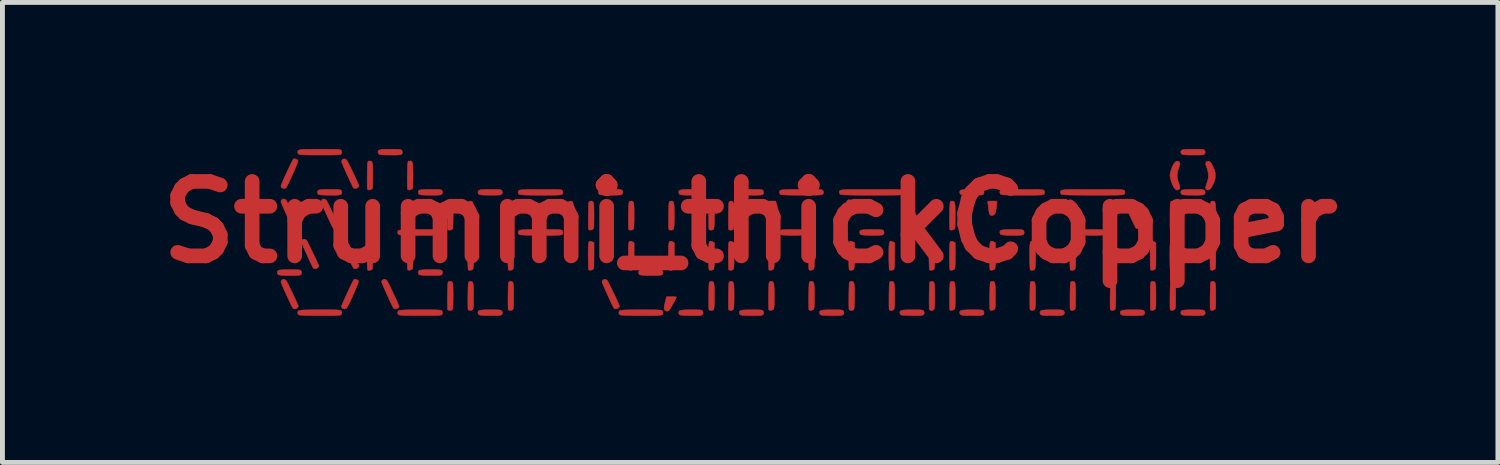
<source format=kicad_pcb>
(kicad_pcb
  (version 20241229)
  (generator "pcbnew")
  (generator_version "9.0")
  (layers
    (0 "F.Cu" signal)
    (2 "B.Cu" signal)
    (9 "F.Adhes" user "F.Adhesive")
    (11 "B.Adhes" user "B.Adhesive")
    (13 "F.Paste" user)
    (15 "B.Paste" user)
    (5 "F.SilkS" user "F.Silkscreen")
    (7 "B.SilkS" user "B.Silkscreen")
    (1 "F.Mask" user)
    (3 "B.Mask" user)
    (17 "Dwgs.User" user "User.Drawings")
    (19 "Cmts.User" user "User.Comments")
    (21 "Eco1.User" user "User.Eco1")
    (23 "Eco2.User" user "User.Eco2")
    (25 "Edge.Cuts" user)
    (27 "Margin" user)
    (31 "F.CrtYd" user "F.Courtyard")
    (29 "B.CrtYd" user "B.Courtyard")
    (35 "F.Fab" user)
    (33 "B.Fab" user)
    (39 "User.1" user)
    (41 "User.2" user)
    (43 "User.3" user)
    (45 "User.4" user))
  (footprint "Strummi_thickCopper"
    (layer "F.Cu")
    (at 12.308 1.499)
    (property "Reference" "Strummi_thickCopper" (at 0 0 0) (layer "F.Cu") (effects (font (size 1.524 1.524) (thickness 0.3))))
    (attr through_hole)
    (fp_poly (pts (xy 2.058 -0.454) (xy 2.105 -0.42) (xy 2.121 -0.406) (xy 2.16 -0.366) (xy 2.178 -0.338) (xy 2.176 -0.315) (xy 2.158 -0.292) (xy 2.126 -0.272) (xy 2.091 -0.276) (xy 2.049 -0.305) (xy 2.028 -0.326) (xy 1.989 -0.372) (xy 1.974 -0.407) (xy 1.982 -0.435) (xy 1.99 -0.445) (xy 2.021 -0.462) (xy 2.058 -0.454)) (stroke (width 0.01) (type solid)) (fill yes) (layer "F.Cu"))
    (fp_poly (pts (xy 6.585 -0.454) (xy 6.632 -0.42) (xy 6.648 -0.406) (xy 6.687 -0.366) (xy 6.705 -0.338) (xy 6.703 -0.315) (xy 6.685 -0.292) (xy 6.653 -0.272) (xy 6.618 -0.276) (xy 6.576 -0.305) (xy 6.555 -0.326) (xy 6.516 -0.372) (xy 6.501 -0.407) (xy 6.509 -0.435) (xy 6.517 -0.445) (xy 6.548 -0.462) (xy 6.585 -0.454)) (stroke (width 0.01) (type solid)) (fill yes) (layer "F.Cu"))
    (fp_poly (pts (xy 5.043 -0.325) (xy 5.035 -0.265) (xy 5.025 -0.213) (xy 5.015 -0.179) (xy 5.015 -0.179) (xy 4.989 -0.15) (xy 4.955 -0.136) (xy 4.921 -0.142) (xy 4.903 -0.16) (xy 4.894 -0.188) (xy 4.885 -0.236) (xy 4.879 -0.284) (xy 4.872 -0.338) (xy 4.866 -0.384) (xy 4.861 -0.407) (xy 4.861 -0.421) (xy 4.873 -0.429) (xy 4.903 -0.433) (xy 4.954 -0.433) (xy 5.053 -0.433) (xy 5.043 -0.325)) (stroke (width 0.01) (type solid)) (fill yes) (layer "F.Cu"))
    (fp_poly (pts (xy -4.79 -0.357) (xy -4.768 -0.277) (xy -4.757 -0.22) (xy -4.756 -0.182) (xy -4.765 -0.158) (xy -4.766 -0.157) (xy -4.797 -0.138) (xy -4.836 -0.136) (xy -4.866 -0.152) (xy -4.867 -0.153) (xy -4.88 -0.173) (xy -4.901 -0.212) (xy -4.926 -0.261) (xy -4.953 -0.314) (xy -4.978 -0.364) (xy -4.996 -0.403) (xy -5.005 -0.424) (xy -5.005 -0.425) (xy -4.992 -0.429) (xy -4.956 -0.432) (xy -4.909 -0.433) (xy -4.812 -0.433) (xy -4.79 -0.357)) (stroke (width 0.01) (type solid)) (fill yes) (layer "F.Cu"))
    (fp_poly (pts (xy -1.56 1.525) (xy -1.523 1.528) (xy -1.509 1.532) (xy -1.509 1.532) (xy -1.516 1.55) (xy -1.534 1.587) (xy -1.56 1.635) (xy -1.59 1.689) (xy -1.619 1.74) (xy -1.644 1.782) (xy -1.661 1.807) (xy -1.665 1.811) (xy -1.703 1.822) (xy -1.74 1.809) (xy -1.745 1.805) (xy -1.758 1.784) (xy -1.762 1.754) (xy -1.756 1.707) (xy -1.741 1.639) (xy -1.737 1.625) (xy -1.712 1.524) (xy -1.61 1.524) (xy -1.56 1.525)) (stroke (width 0.01) (type solid)) (fill yes) (layer "F.Cu"))
    (fp_poly (pts (xy 0.544 -0.357) (xy 0.566 -0.277) (xy 0.577 -0.22) (xy 0.578 -0.182) (xy 0.569 -0.158) (xy 0.568 -0.157) (xy 0.537 -0.138) (xy 0.498 -0.136) (xy 0.468 -0.152) (xy 0.467 -0.153) (xy 0.454 -0.173) (xy 0.433 -0.212) (xy 0.408 -0.261) (xy 0.381 -0.314) (xy 0.356 -0.364) (xy 0.338 -0.403) (xy 0.329 -0.424) (xy 0.329 -0.425) (xy 0.342 -0.429) (xy 0.378 -0.432) (xy 0.425 -0.433) (xy 0.522 -0.433) (xy 0.544 -0.357)) (stroke (width 0.01) (type solid)) (fill yes) (layer "F.Cu"))
    (fp_poly (pts (xy -7.78 0.393) (xy -7.761 0.401) (xy -7.725 0.418) (xy -7.725 0.684) (xy -7.725 0.793) (xy -7.728 0.874) (xy -7.732 0.929) (xy -7.738 0.96) (xy -7.743 0.968) (xy -7.771 0.982) (xy -7.807 0.986) (xy -7.834 0.976) (xy -7.834 0.976) (xy -7.837 0.959) (xy -7.84 0.916) (xy -7.842 0.854) (xy -7.844 0.775) (xy -7.844 0.687) (xy -7.844 0.684) (xy -7.844 0.579) (xy -7.842 0.5) (xy -7.838 0.445) (xy -7.831 0.41) (xy -7.82 0.392) (xy -7.803 0.387) (xy -7.78 0.393)) (stroke (width 0.01) (type solid)) (fill yes) (layer "F.Cu"))
    (fp_poly (pts (xy -5.719 0.393) (xy -5.699 0.401) (xy -5.663 0.418) (xy -5.663 0.684) (xy -5.663 0.793) (xy -5.666 0.874) (xy -5.67 0.929) (xy -5.676 0.96) (xy -5.681 0.968) (xy -5.709 0.982) (xy -5.745 0.986) (xy -5.772 0.976) (xy -5.772 0.976) (xy -5.775 0.959) (xy -5.778 0.916) (xy -5.78 0.854) (xy -5.782 0.775) (xy -5.782 0.687) (xy -5.782 0.684) (xy -5.782 0.579) (xy -5.78 0.5) (xy -5.776 0.445) (xy -5.769 0.41) (xy -5.758 0.392) (xy -5.741 0.387) (xy -5.719 0.393)) (stroke (width 0.01) (type solid)) (fill yes) (layer "F.Cu"))
    (fp_poly (pts (xy -4.897 0.393) (xy -4.877 0.401) (xy -4.841 0.418) (xy -4.841 0.684) (xy -4.842 0.793) (xy -4.844 0.874) (xy -4.848 0.929) (xy -4.855 0.96) (xy -4.859 0.968) (xy -4.888 0.982) (xy -4.924 0.986) (xy -4.95 0.976) (xy -4.951 0.976) (xy -4.954 0.959) (xy -4.956 0.916) (xy -4.959 0.854) (xy -4.96 0.775) (xy -4.96 0.687) (xy -4.96 0.684) (xy -4.96 0.579) (xy -4.958 0.5) (xy -4.954 0.445) (xy -4.947 0.41) (xy -4.936 0.392) (xy -4.919 0.387) (xy -4.897 0.393)) (stroke (width 0.01) (type solid)) (fill yes) (layer "F.Cu"))
    (fp_poly (pts (xy -2.432 0.393) (xy -2.412 0.401) (xy -2.376 0.418) (xy -2.376 0.684) (xy -2.376 0.793) (xy -2.379 0.874) (xy -2.383 0.929) (xy -2.389 0.96) (xy -2.394 0.968) (xy -2.422 0.982) (xy -2.458 0.986) (xy -2.485 0.976) (xy -2.485 0.976) (xy -2.488 0.959) (xy -2.491 0.916) (xy -2.493 0.854) (xy -2.495 0.775) (xy -2.495 0.687) (xy -2.495 0.684) (xy -2.495 0.579) (xy -2.493 0.5) (xy -2.489 0.445) (xy -2.482 0.41) (xy -2.471 0.392) (xy -2.454 0.387) (xy -2.432 0.393)) (stroke (width 0.01) (type solid)) (fill yes) (layer "F.Cu"))
    (fp_poly (pts (xy -1.61 0.393) (xy -1.59 0.401) (xy -1.554 0.418) (xy -1.554 0.684) (xy -1.555 0.793) (xy -1.557 0.874) (xy -1.561 0.929) (xy -1.568 0.96) (xy -1.572 0.968) (xy -1.6 0.982) (xy -1.637 0.986) (xy -1.663 0.976) (xy -1.663 0.976) (xy -1.667 0.959) (xy -1.669 0.916) (xy -1.671 0.854) (xy -1.673 0.775) (xy -1.673 0.687) (xy -1.673 0.684) (xy -1.673 0.579) (xy -1.671 0.5) (xy -1.667 0.445) (xy -1.66 0.41) (xy -1.649 0.392) (xy -1.632 0.387) (xy -1.61 0.393)) (stroke (width 0.01) (type solid)) (fill yes) (layer "F.Cu"))
    (fp_poly (pts (xy -0.788 0.393) (xy -0.769 0.401) (xy -0.732 0.418) (xy -0.732 0.684) (xy -0.733 0.793) (xy -0.735 0.874) (xy -0.74 0.929) (xy -0.746 0.96) (xy -0.75 0.968) (xy -0.779 0.982) (xy -0.815 0.986) (xy -0.842 0.976) (xy -0.842 0.976) (xy -0.845 0.959) (xy -0.848 0.916) (xy -0.85 0.854) (xy -0.851 0.775) (xy -0.852 0.687) (xy -0.852 0.684) (xy -0.851 0.579) (xy -0.85 0.5) (xy -0.846 0.445) (xy -0.838 0.41) (xy -0.827 0.392) (xy -0.811 0.387) (xy -0.788 0.393)) (stroke (width 0.01) (type solid)) (fill yes) (layer "F.Cu"))
    (fp_poly (pts (xy -0.385 0.393) (xy -0.365 0.401) (xy -0.329 0.418) (xy -0.329 0.684) (xy -0.33 0.793) (xy -0.332 0.874) (xy -0.336 0.929) (xy -0.342 0.96) (xy -0.347 0.968) (xy -0.375 0.982) (xy -0.411 0.986) (xy -0.438 0.976) (xy -0.438 0.976) (xy -0.441 0.959) (xy -0.444 0.916) (xy -0.446 0.854) (xy -0.448 0.775) (xy -0.448 0.687) (xy -0.448 0.684) (xy -0.448 0.579) (xy -0.446 0.5) (xy -0.442 0.445) (xy -0.435 0.41) (xy -0.424 0.392) (xy -0.407 0.387) (xy -0.385 0.393)) (stroke (width 0.01) (type solid)) (fill yes) (layer "F.Cu"))
    (fp_poly (pts (xy 2.081 0.393) (xy 2.1 0.401) (xy 2.137 0.418) (xy 2.137 0.684) (xy 2.136 0.793) (xy 2.133 0.874) (xy 2.129 0.929) (xy 2.123 0.96) (xy 2.119 0.968) (xy 2.09 0.982) (xy 2.054 0.986) (xy 2.027 0.976) (xy 2.027 0.976) (xy 2.024 0.959) (xy 2.021 0.916) (xy 2.019 0.854) (xy 2.018 0.775) (xy 2.017 0.687) (xy 2.017 0.684) (xy 2.017 0.579) (xy 2.019 0.5) (xy 2.023 0.445) (xy 2.03 0.41) (xy 2.042 0.392) (xy 2.058 0.387) (xy 2.081 0.393)) (stroke (width 0.01) (type solid)) (fill yes) (layer "F.Cu"))
    (fp_poly (pts (xy 2.902 0.393) (xy 2.922 0.401) (xy 2.958 0.418) (xy 2.958 0.684) (xy 2.958 0.793) (xy 2.955 0.874) (xy 2.951 0.929) (xy 2.945 0.96) (xy 2.94 0.968) (xy 2.912 0.982) (xy 2.876 0.986) (xy 2.849 0.976) (xy 2.849 0.976) (xy 2.846 0.959) (xy 2.843 0.916) (xy 2.841 0.854) (xy 2.839 0.775) (xy 2.839 0.687) (xy 2.839 0.684) (xy 2.839 0.579) (xy 2.841 0.5) (xy 2.845 0.445) (xy 2.852 0.41) (xy 2.863 0.392) (xy 2.88 0.387) (xy 2.902 0.393)) (stroke (width 0.01) (type solid)) (fill yes) (layer "F.Cu"))
    (fp_poly (pts (xy 3.724 0.393) (xy 3.744 0.401) (xy 3.78 0.418) (xy 3.78 0.684) (xy 3.779 0.793) (xy 3.777 0.874) (xy 3.773 0.929) (xy 3.766 0.96) (xy 3.762 0.968) (xy 3.734 0.982) (xy 3.697 0.986) (xy 3.671 0.976) (xy 3.671 0.976) (xy 3.667 0.959) (xy 3.665 0.916) (xy 3.663 0.854) (xy 3.661 0.775) (xy 3.661 0.687) (xy 3.661 0.684) (xy 3.661 0.579) (xy 3.663 0.5) (xy 3.667 0.445) (xy 3.674 0.41) (xy 3.685 0.392) (xy 3.702 0.387) (xy 3.724 0.393)) (stroke (width 0.01) (type solid)) (fill yes) (layer "F.Cu"))
    (fp_poly (pts (xy 5.786 0.393) (xy 5.806 0.401) (xy 5.842 0.418) (xy 5.842 0.684) (xy 5.841 0.793) (xy 5.839 0.874) (xy 5.834 0.929) (xy 5.828 0.96) (xy 5.824 0.968) (xy 5.795 0.982) (xy 5.759 0.986) (xy 5.733 0.976) (xy 5.732 0.976) (xy 5.729 0.959) (xy 5.727 0.916) (xy 5.724 0.854) (xy 5.723 0.775) (xy 5.722 0.687) (xy 5.722 0.684) (xy 5.723 0.579) (xy 5.724 0.5) (xy 5.728 0.445) (xy 5.736 0.41) (xy 5.747 0.392) (xy 5.764 0.387) (xy 5.786 0.393)) (stroke (width 0.01) (type solid)) (fill yes) (layer "F.Cu"))
    (fp_poly (pts (xy 6.608 0.393) (xy 6.627 0.401) (xy 6.664 0.418) (xy 6.664 0.684) (xy 6.663 0.793) (xy 6.661 0.874) (xy 6.656 0.929) (xy 6.65 0.96) (xy 6.646 0.968) (xy 6.617 0.982) (xy 6.581 0.986) (xy 6.554 0.976) (xy 6.554 0.976) (xy 6.551 0.959) (xy 6.548 0.916) (xy 6.546 0.854) (xy 6.545 0.775) (xy 6.544 0.687) (xy 6.544 0.684) (xy 6.545 0.579) (xy 6.546 0.5) (xy 6.55 0.445) (xy 6.557 0.41) (xy 6.569 0.392) (xy 6.585 0.387) (xy 6.608 0.393)) (stroke (width 0.01) (type solid)) (fill yes) (layer "F.Cu"))
    (fp_poly (pts (xy 7.43 0.393) (xy 7.449 0.401) (xy 7.486 0.418) (xy 7.486 0.684) (xy 7.485 0.793) (xy 7.482 0.874) (xy 7.478 0.929) (xy 7.472 0.96) (xy 7.468 0.968) (xy 7.439 0.982) (xy 7.403 0.986) (xy 7.376 0.976) (xy 7.376 0.976) (xy 7.373 0.959) (xy 7.37 0.916) (xy 7.368 0.854) (xy 7.367 0.775) (xy 7.366 0.687) (xy 7.366 0.684) (xy 7.366 0.579) (xy 7.368 0.5) (xy 7.372 0.445) (xy 7.379 0.41) (xy 7.391 0.392) (xy 7.407 0.387) (xy 7.43 0.393)) (stroke (width 0.01) (type solid)) (fill yes) (layer "F.Cu"))
    (fp_poly (pts (xy -6.959 0.393) (xy -6.939 0.401) (xy -6.903 0.418) (xy -6.903 0.686) (xy -6.903 0.783) (xy -6.904 0.853) (xy -6.906 0.902) (xy -6.91 0.934) (xy -6.915 0.954) (xy -6.923 0.965) (xy -6.932 0.971) (xy -6.974 0.985) (xy -7.007 0.98) (xy -7.012 0.976) (xy -7.016 0.959) (xy -7.018 0.916) (xy -7.02 0.854) (xy -7.022 0.775) (xy -7.022 0.687) (xy -7.022 0.684) (xy -7.022 0.579) (xy -7.02 0.5) (xy -7.016 0.445) (xy -7.009 0.41) (xy -6.998 0.392) (xy -6.981 0.387) (xy -6.959 0.393)) (stroke (width 0.01) (type solid)) (fill yes) (layer "F.Cu"))
    (fp_poly (pts (xy -3.253 0.393) (xy -3.234 0.401) (xy -3.197 0.418) (xy -3.197 0.686) (xy -3.198 0.783) (xy -3.199 0.853) (xy -3.201 0.902) (xy -3.204 0.934) (xy -3.21 0.954) (xy -3.218 0.965) (xy -3.226 0.971) (xy -3.269 0.985) (xy -3.302 0.98) (xy -3.307 0.976) (xy -3.31 0.959) (xy -3.313 0.916) (xy -3.315 0.854) (xy -3.316 0.775) (xy -3.317 0.687) (xy -3.317 0.684) (xy -3.317 0.579) (xy -3.315 0.5) (xy -3.311 0.445) (xy -3.304 0.41) (xy -3.292 0.392) (xy -3.276 0.387) (xy -3.253 0.393)) (stroke (width 0.01) (type solid)) (fill yes) (layer "F.Cu"))
    (fp_poly (pts (xy 0.437 0.393) (xy 0.457 0.401) (xy 0.493 0.418) (xy 0.493 0.686) (xy 0.493 0.783) (xy 0.492 0.853) (xy 0.49 0.902) (xy 0.486 0.934) (xy 0.481 0.954) (xy 0.473 0.965) (xy 0.464 0.971) (xy 0.422 0.985) (xy 0.389 0.98) (xy 0.383 0.976) (xy 0.38 0.959) (xy 0.378 0.916) (xy 0.375 0.854) (xy 0.374 0.775) (xy 0.374 0.687) (xy 0.374 0.684) (xy 0.374 0.579) (xy 0.376 0.5) (xy 0.38 0.445) (xy 0.387 0.41) (xy 0.398 0.392) (xy 0.415 0.387) (xy 0.437 0.393)) (stroke (width 0.01) (type solid)) (fill yes) (layer "F.Cu"))
    (fp_poly (pts (xy 1.259 0.393) (xy 1.278 0.401) (xy 1.315 0.418) (xy 1.315 0.686) (xy 1.315 0.783) (xy 1.314 0.853) (xy 1.312 0.902) (xy 1.308 0.934) (xy 1.303 0.954) (xy 1.295 0.965) (xy 1.286 0.971) (xy 1.243 0.985) (xy 1.211 0.98) (xy 1.205 0.976) (xy 1.202 0.959) (xy 1.199 0.916) (xy 1.197 0.854) (xy 1.196 0.775) (xy 1.195 0.687) (xy 1.195 0.684) (xy 1.196 0.579) (xy 1.197 0.5) (xy 1.201 0.445) (xy 1.208 0.41) (xy 1.22 0.392) (xy 1.236 0.387) (xy 1.259 0.393)) (stroke (width 0.01) (type solid)) (fill yes) (layer "F.Cu"))
    (fp_poly (pts (xy 4.143 0.393) (xy 4.162 0.401) (xy 4.198 0.418) (xy 4.198 0.686) (xy 4.198 0.783) (xy 4.197 0.853) (xy 4.195 0.902) (xy 4.192 0.934) (xy 4.186 0.954) (xy 4.178 0.965) (xy 4.17 0.971) (xy 4.127 0.985) (xy 4.094 0.98) (xy 4.089 0.976) (xy 4.086 0.959) (xy 4.083 0.916) (xy 4.081 0.854) (xy 4.079 0.775) (xy 4.079 0.687) (xy 4.079 0.684) (xy 4.079 0.579) (xy 4.081 0.5) (xy 4.085 0.445) (xy 4.092 0.41) (xy 4.103 0.392) (xy 4.12 0.387) (xy 4.143 0.393)) (stroke (width 0.01) (type solid)) (fill yes) (layer "F.Cu"))
    (fp_poly (pts (xy 4.964 0.393) (xy 4.984 0.401) (xy 5.02 0.418) (xy 5.02 0.686) (xy 5.02 0.783) (xy 5.019 0.853) (xy 5.017 0.902) (xy 5.014 0.934) (xy 5.008 0.954) (xy 5 0.965) (xy 4.991 0.971) (xy 4.949 0.985) (xy 4.916 0.98) (xy 4.911 0.976) (xy 4.908 0.959) (xy 4.905 0.916) (xy 4.903 0.854) (xy 4.901 0.775) (xy 4.901 0.687) (xy 4.901 0.684) (xy 4.901 0.579) (xy 4.903 0.5) (xy 4.907 0.445) (xy 4.914 0.41) (xy 4.925 0.392) (xy 4.942 0.387) (xy 4.964 0.393)) (stroke (width 0.01) (type solid)) (fill yes) (layer "F.Cu"))
    (fp_poly (pts (xy 8.251 0.393) (xy 8.271 0.401) (xy 8.307 0.418) (xy 8.307 0.686) (xy 8.307 0.783) (xy 8.306 0.853) (xy 8.304 0.902) (xy 8.301 0.934) (xy 8.295 0.954) (xy 8.287 0.965) (xy 8.278 0.971) (xy 8.236 0.985) (xy 8.203 0.98) (xy 8.198 0.976) (xy 8.195 0.959) (xy 8.192 0.916) (xy 8.19 0.854) (xy 8.188 0.775) (xy 8.188 0.687) (xy 8.188 0.684) (xy 8.188 0.579) (xy 8.19 0.5) (xy 8.194 0.445) (xy 8.201 0.41) (xy 8.212 0.392) (xy 8.229 0.387) (xy 8.251 0.393)) (stroke (width 0.01) (type solid)) (fill yes) (layer "F.Cu"))
    (fp_poly (pts (xy 8.655 0.393) (xy 8.674 0.401) (xy 8.711 0.418) (xy 8.711 0.686) (xy 8.711 0.783) (xy 8.71 0.853) (xy 8.708 0.902) (xy 8.704 0.934) (xy 8.698 0.954) (xy 8.69 0.965) (xy 8.682 0.971) (xy 8.639 0.985) (xy 8.606 0.98) (xy 8.601 0.976) (xy 8.598 0.959) (xy 8.595 0.916) (xy 8.593 0.854) (xy 8.592 0.775) (xy 8.591 0.687) (xy 8.591 0.684) (xy 8.592 0.579) (xy 8.593 0.5) (xy 8.597 0.445) (xy 8.604 0.41) (xy 8.616 0.392) (xy 8.632 0.387) (xy 8.655 0.393)) (stroke (width 0.01) (type solid)) (fill yes) (layer "F.Cu"))
    (fp_poly (pts (xy 9.477 0.393) (xy 9.496 0.401) (xy 9.532 0.418) (xy 9.532 0.686) (xy 9.532 0.783) (xy 9.531 0.853) (xy 9.529 0.902) (xy 9.526 0.934) (xy 9.52 0.954) (xy 9.512 0.965) (xy 9.504 0.971) (xy 9.461 0.985) (xy 9.428 0.98) (xy 9.423 0.976) (xy 9.42 0.959) (xy 9.417 0.916) (xy 9.415 0.854) (xy 9.413 0.775) (xy 9.413 0.687) (xy 9.413 0.684) (xy 9.413 0.579) (xy 9.415 0.5) (xy 9.419 0.445) (xy 9.426 0.41) (xy 9.437 0.392) (xy 9.454 0.387) (xy 9.477 0.393)) (stroke (width 0.01) (type solid)) (fill yes) (layer "F.Cu"))
    (fp_poly (pts (xy -9.34 0.971) (xy -9.279 0.973) (xy -9.238 0.975) (xy -9.213 0.98) (xy -9.199 0.988) (xy -9.19 0.999) (xy -9.189 1.001) (xy -9.181 1.039) (xy -9.189 1.061) (xy -9.197 1.072) (xy -9.21 1.081) (xy -9.233 1.086) (xy -9.271 1.089) (xy -9.328 1.09) (xy -9.41 1.091) (xy -9.425 1.091) (xy -9.526 1.09) (xy -9.599 1.086) (xy -9.644 1.08) (xy -9.664 1.073) (xy -9.68 1.043) (xy -9.682 1.031) (xy -9.679 1.009) (xy -9.667 0.993) (xy -9.642 0.982) (xy -9.601 0.976) (xy -9.538 0.972) (xy -9.451 0.971) (xy -9.425 0.971) (xy -9.34 0.971)) (stroke (width 0.01) (type solid)) (fill yes) (layer "F.Cu"))
    (fp_poly (pts (xy -8.518 -0.672) (xy -8.457 -0.671) (xy -8.416 -0.668) (xy -8.391 -0.663) (xy -8.377 -0.656) (xy -8.368 -0.645) (xy -8.367 -0.642) (xy -8.359 -0.604) (xy -8.367 -0.583) (xy -8.375 -0.571) (xy -8.388 -0.563) (xy -8.412 -0.558) (xy -8.449 -0.555) (xy -8.507 -0.553) (xy -8.588 -0.553) (xy -8.604 -0.553) (xy -8.704 -0.554) (xy -8.777 -0.557) (xy -8.823 -0.563) (xy -8.842 -0.571) (xy -8.858 -0.6) (xy -8.86 -0.613) (xy -8.857 -0.634) (xy -8.845 -0.65) (xy -8.82 -0.661) (xy -8.779 -0.668) (xy -8.716 -0.671) (xy -8.629 -0.672) (xy -8.604 -0.672) (xy -8.518 -0.672)) (stroke (width 0.01) (type solid)) (fill yes) (layer "F.Cu"))
    (fp_poly (pts (xy -7.278 -1.494) (xy -7.217 -1.493) (xy -7.176 -1.49) (xy -7.151 -1.485) (xy -7.137 -1.477) (xy -7.128 -1.466) (xy -7.127 -1.464) (xy -7.119 -1.426) (xy -7.127 -1.404) (xy -7.135 -1.393) (xy -7.148 -1.385) (xy -7.171 -1.379) (xy -7.209 -1.376) (xy -7.266 -1.375) (xy -7.348 -1.375) (xy -7.364 -1.375) (xy -7.464 -1.376) (xy -7.537 -1.379) (xy -7.582 -1.385) (xy -7.602 -1.393) (xy -7.618 -1.422) (xy -7.62 -1.434) (xy -7.617 -1.456) (xy -7.605 -1.472) (xy -7.58 -1.483) (xy -7.539 -1.49) (xy -7.476 -1.493) (xy -7.389 -1.494) (xy -7.364 -1.494) (xy -7.278 -1.494)) (stroke (width 0.01) (type solid)) (fill yes) (layer "F.Cu"))
    (fp_poly (pts (xy -6.456 -0.672) (xy -6.395 -0.671) (xy -6.355 -0.668) (xy -6.329 -0.663) (xy -6.315 -0.656) (xy -6.306 -0.645) (xy -6.305 -0.642) (xy -6.297 -0.604) (xy -6.305 -0.583) (xy -6.313 -0.571) (xy -6.327 -0.563) (xy -6.35 -0.558) (xy -6.387 -0.555) (xy -6.445 -0.553) (xy -6.526 -0.553) (xy -6.542 -0.553) (xy -6.643 -0.554) (xy -6.715 -0.557) (xy -6.761 -0.563) (xy -6.78 -0.571) (xy -6.796 -0.6) (xy -6.798 -0.613) (xy -6.795 -0.634) (xy -6.783 -0.65) (xy -6.758 -0.661) (xy -6.717 -0.668) (xy -6.654 -0.671) (xy -6.567 -0.672) (xy -6.542 -0.672) (xy -6.456 -0.672)) (stroke (width 0.01) (type solid)) (fill yes) (layer "F.Cu"))
    (fp_poly (pts (xy -6.456 0.971) (xy -6.395 0.973) (xy -6.355 0.975) (xy -6.329 0.98) (xy -6.315 0.988) (xy -6.306 0.999) (xy -6.305 1.001) (xy -6.297 1.039) (xy -6.305 1.061) (xy -6.313 1.072) (xy -6.327 1.081) (xy -6.35 1.086) (xy -6.387 1.089) (xy -6.445 1.09) (xy -6.526 1.091) (xy -6.542 1.091) (xy -6.643 1.09) (xy -6.715 1.086) (xy -6.761 1.08) (xy -6.78 1.073) (xy -6.796 1.043) (xy -6.798 1.031) (xy -6.795 1.009) (xy -6.783 0.993) (xy -6.758 0.982) (xy -6.717 0.976) (xy -6.654 0.972) (xy -6.567 0.971) (xy -6.542 0.971) (xy -6.456 0.971)) (stroke (width 0.01) (type solid)) (fill yes) (layer "F.Cu"))
    (fp_poly (pts (xy -5.231 -0.672) (xy -5.17 -0.671) (xy -5.129 -0.668) (xy -5.104 -0.663) (xy -5.09 -0.656) (xy -5.081 -0.645) (xy -5.08 -0.642) (xy -5.072 -0.604) (xy -5.08 -0.583) (xy -5.088 -0.571) (xy -5.101 -0.563) (xy -5.124 -0.558) (xy -5.162 -0.555) (xy -5.22 -0.553) (xy -5.301 -0.553) (xy -5.317 -0.553) (xy -5.417 -0.554) (xy -5.49 -0.557) (xy -5.535 -0.563) (xy -5.555 -0.571) (xy -5.571 -0.6) (xy -5.573 -0.613) (xy -5.57 -0.634) (xy -5.558 -0.65) (xy -5.533 -0.661) (xy -5.492 -0.668) (xy -5.429 -0.671) (xy -5.342 -0.672) (xy -5.317 -0.672) (xy -5.231 -0.672)) (stroke (width 0.01) (type solid)) (fill yes) (layer "F.Cu"))
    (fp_poly (pts (xy -5.231 1.793) (xy -5.17 1.794) (xy -5.129 1.797) (xy -5.104 1.802) (xy -5.09 1.81) (xy -5.081 1.821) (xy -5.08 1.823) (xy -5.072 1.861) (xy -5.08 1.883) (xy -5.088 1.894) (xy -5.101 1.902) (xy -5.124 1.908) (xy -5.162 1.911) (xy -5.22 1.912) (xy -5.301 1.912) (xy -5.317 1.912) (xy -5.417 1.911) (xy -5.49 1.908) (xy -5.535 1.902) (xy -5.555 1.895) (xy -5.571 1.865) (xy -5.573 1.853) (xy -5.57 1.831) (xy -5.558 1.815) (xy -5.533 1.804) (xy -5.492 1.798) (xy -5.429 1.794) (xy -5.342 1.793) (xy -5.317 1.793) (xy -5.231 1.793)) (stroke (width 0.01) (type solid)) (fill yes) (layer "F.Cu"))
    (fp_poly (pts (xy -2.765 -0.672) (xy -2.705 -0.671) (xy -2.664 -0.668) (xy -2.639 -0.663) (xy -2.625 -0.656) (xy -2.616 -0.645) (xy -2.615 -0.642) (xy -2.607 -0.604) (xy -2.615 -0.583) (xy -2.623 -0.571) (xy -2.636 -0.563) (xy -2.659 -0.558) (xy -2.697 -0.555) (xy -2.754 -0.553) (xy -2.836 -0.553) (xy -2.851 -0.553) (xy -2.952 -0.554) (xy -3.025 -0.557) (xy -3.07 -0.563) (xy -3.09 -0.571) (xy -3.106 -0.6) (xy -3.108 -0.613) (xy -3.105 -0.634) (xy -3.093 -0.65) (xy -3.068 -0.661) (xy -3.026 -0.668) (xy -2.964 -0.671) (xy -2.877 -0.672) (xy -2.851 -0.672) (xy -2.765 -0.672)) (stroke (width 0.01) (type solid)) (fill yes) (layer "F.Cu"))
    (fp_poly (pts (xy -1.944 0.971) (xy -1.883 0.973) (xy -1.842 0.975) (xy -1.817 0.98) (xy -1.803 0.988) (xy -1.794 0.999) (xy -1.793 1.001) (xy -1.785 1.039) (xy -1.793 1.061) (xy -1.801 1.072) (xy -1.814 1.081) (xy -1.837 1.086) (xy -1.875 1.089) (xy -1.932 1.09) (xy -2.014 1.091) (xy -2.03 1.091) (xy -2.13 1.09) (xy -2.203 1.086) (xy -2.248 1.08) (xy -2.268 1.073) (xy -2.284 1.043) (xy -2.286 1.031) (xy -2.283 1.009) (xy -2.271 0.993) (xy -2.246 0.982) (xy -2.205 0.976) (xy -2.142 0.972) (xy -2.055 0.971) (xy -2.03 0.971) (xy -1.944 0.971)) (stroke (width 0.01) (type solid)) (fill yes) (layer "F.Cu"))
    (fp_poly (pts (xy -1.122 -0.672) (xy -1.061 -0.671) (xy -1.021 -0.668) (xy -0.995 -0.663) (xy -0.981 -0.656) (xy -0.972 -0.645) (xy -0.971 -0.642) (xy -0.963 -0.604) (xy -0.971 -0.583) (xy -0.979 -0.571) (xy -0.993 -0.563) (xy -1.016 -0.558) (xy -1.053 -0.555) (xy -1.111 -0.553) (xy -1.192 -0.553) (xy -1.208 -0.553) (xy -1.309 -0.554) (xy -1.381 -0.557) (xy -1.427 -0.563) (xy -1.446 -0.571) (xy -1.462 -0.6) (xy -1.464 -0.613) (xy -1.461 -0.634) (xy -1.449 -0.65) (xy -1.424 -0.661) (xy -1.383 -0.668) (xy -1.32 -0.671) (xy -1.233 -0.672) (xy -1.208 -0.672) (xy -1.122 -0.672)) (stroke (width 0.01) (type solid)) (fill yes) (layer "F.Cu"))
    (fp_poly (pts (xy -1.122 1.793) (xy -1.061 1.794) (xy -1.021 1.797) (xy -0.995 1.802) (xy -0.981 1.81) (xy -0.972 1.821) (xy -0.971 1.823) (xy -0.963 1.861) (xy -0.971 1.883) (xy -0.979 1.894) (xy -0.993 1.902) (xy -1.016 1.908) (xy -1.053 1.911) (xy -1.111 1.912) (xy -1.192 1.912) (xy -1.208 1.912) (xy -1.309 1.911) (xy -1.381 1.908) (xy -1.427 1.902) (xy -1.446 1.895) (xy -1.462 1.865) (xy -1.464 1.853) (xy -1.461 1.831) (xy -1.449 1.815) (xy -1.424 1.804) (xy -1.383 1.798) (xy -1.32 1.794) (xy -1.233 1.793) (xy -1.208 1.793) (xy -1.122 1.793)) (stroke (width 0.01) (type solid)) (fill yes) (layer "F.Cu"))
    (fp_poly (pts (xy 0.118 -0.672) (xy 0.179 -0.671) (xy 0.22 -0.668) (xy 0.245 -0.663) (xy 0.259 -0.656) (xy 0.268 -0.645) (xy 0.269 -0.642) (xy 0.277 -0.604) (xy 0.269 -0.583) (xy 0.261 -0.571) (xy 0.248 -0.563) (xy 0.224 -0.558) (xy 0.187 -0.555) (xy 0.129 -0.553) (xy 0.048 -0.553) (xy 0.032 -0.553) (xy -0.068 -0.554) (xy -0.141 -0.557) (xy -0.187 -0.563) (xy -0.206 -0.571) (xy -0.222 -0.6) (xy -0.224 -0.613) (xy -0.221 -0.634) (xy -0.209 -0.65) (xy -0.184 -0.661) (xy -0.143 -0.668) (xy -0.08 -0.671) (xy 0.007 -0.672) (xy 0.032 -0.672) (xy 0.118 -0.672)) (stroke (width 0.01) (type solid)) (fill yes) (layer "F.Cu"))
    (fp_poly (pts (xy 0.118 1.793) (xy 0.179 1.794) (xy 0.22 1.797) (xy 0.245 1.802) (xy 0.259 1.81) (xy 0.268 1.821) (xy 0.269 1.823) (xy 0.277 1.861) (xy 0.269 1.883) (xy 0.261 1.894) (xy 0.248 1.902) (xy 0.224 1.908) (xy 0.187 1.911) (xy 0.129 1.912) (xy 0.048 1.912) (xy 0.032 1.912) (xy -0.068 1.911) (xy -0.141 1.908) (xy -0.187 1.902) (xy -0.206 1.895) (xy -0.222 1.865) (xy -0.224 1.853) (xy -0.221 1.831) (xy -0.209 1.815) (xy -0.184 1.804) (xy -0.143 1.798) (xy -0.08 1.794) (xy 0.007 1.793) (xy 0.032 1.793) (xy 0.118 1.793)) (stroke (width 0.01) (type solid)) (fill yes) (layer "F.Cu"))
    (fp_poly (pts (xy 0.94 0.15) (xy 1.001 0.151) (xy 1.041 0.154) (xy 1.066 0.159) (xy 1.081 0.166) (xy 1.09 0.177) (xy 1.091 0.179) (xy 1.099 0.218) (xy 1.091 0.239) (xy 1.083 0.251) (xy 1.069 0.259) (xy 1.046 0.264) (xy 1.008 0.267) (xy 0.951 0.269) (xy 0.87 0.269) (xy 0.854 0.269) (xy 0.753 0.268) (xy 0.681 0.264) (xy 0.635 0.259) (xy 0.616 0.251) (xy 0.6 0.222) (xy 0.598 0.209) (xy 0.601 0.187) (xy 0.613 0.171) (xy 0.637 0.161) (xy 0.679 0.154) (xy 0.741 0.151) (xy 0.829 0.149) (xy 0.854 0.149) (xy 0.94 0.15)) (stroke (width 0.01) (type solid)) (fill yes) (layer "F.Cu"))
    (fp_poly (pts (xy 1.762 1.793) (xy 1.823 1.794) (xy 1.863 1.797) (xy 1.888 1.802) (xy 1.903 1.81) (xy 1.911 1.821) (xy 1.912 1.823) (xy 1.92 1.861) (xy 1.912 1.883) (xy 1.904 1.894) (xy 1.891 1.902) (xy 1.868 1.908) (xy 1.83 1.911) (xy 1.773 1.912) (xy 1.691 1.912) (xy 1.676 1.912) (xy 1.575 1.911) (xy 1.503 1.908) (xy 1.457 1.902) (xy 1.437 1.895) (xy 1.421 1.865) (xy 1.419 1.853) (xy 1.422 1.831) (xy 1.434 1.815) (xy 1.459 1.804) (xy 1.501 1.798) (xy 1.563 1.794) (xy 1.651 1.793) (xy 1.676 1.793) (xy 1.762 1.793)) (stroke (width 0.01) (type solid)) (fill yes) (layer "F.Cu"))
    (fp_poly (pts (xy 2.584 0.15) (xy 2.644 0.151) (xy 2.685 0.154) (xy 2.71 0.159) (xy 2.724 0.166) (xy 2.733 0.177) (xy 2.734 0.179) (xy 2.742 0.218) (xy 2.734 0.239) (xy 2.726 0.251) (xy 2.713 0.259) (xy 2.69 0.264) (xy 2.652 0.267) (xy 2.595 0.269) (xy 2.513 0.269) (xy 2.498 0.269) (xy 2.397 0.268) (xy 2.324 0.264) (xy 2.279 0.259) (xy 2.259 0.251) (xy 2.243 0.222) (xy 2.241 0.209) (xy 2.244 0.187) (xy 2.256 0.171) (xy 2.281 0.161) (xy 2.323 0.154) (xy 2.385 0.151) (xy 2.472 0.149) (xy 2.498 0.149) (xy 2.584 0.15)) (stroke (width 0.01) (type solid)) (fill yes) (layer "F.Cu"))
    (fp_poly (pts (xy 3.405 1.793) (xy 3.466 1.794) (xy 3.507 1.797) (xy 3.532 1.802) (xy 3.546 1.81) (xy 3.555 1.821) (xy 3.556 1.823) (xy 3.564 1.861) (xy 3.556 1.883) (xy 3.548 1.894) (xy 3.535 1.902) (xy 3.512 1.908) (xy 3.474 1.911) (xy 3.416 1.912) (xy 3.335 1.912) (xy 3.319 1.912) (xy 3.219 1.911) (xy 3.146 1.908) (xy 3.101 1.902) (xy 3.081 1.895) (xy 3.065 1.865) (xy 3.063 1.853) (xy 3.066 1.831) (xy 3.078 1.815) (xy 3.103 1.804) (xy 3.144 1.798) (xy 3.207 1.794) (xy 3.294 1.793) (xy 3.319 1.793) (xy 3.405 1.793)) (stroke (width 0.01) (type solid)) (fill yes) (layer "F.Cu"))
    (fp_poly (pts (xy 4.63 -0.672) (xy 4.691 -0.671) (xy 4.732 -0.668) (xy 4.757 -0.663) (xy 4.771 -0.656) (xy 4.78 -0.645) (xy 4.781 -0.642) (xy 4.789 -0.604) (xy 4.781 -0.583) (xy 4.773 -0.571) (xy 4.76 -0.563) (xy 4.737 -0.558) (xy 4.699 -0.555) (xy 4.642 -0.553) (xy 4.56 -0.553) (xy 4.545 -0.553) (xy 4.444 -0.554) (xy 4.371 -0.557) (xy 4.326 -0.563) (xy 4.306 -0.571) (xy 4.29 -0.6) (xy 4.288 -0.613) (xy 4.291 -0.634) (xy 4.303 -0.65) (xy 4.328 -0.661) (xy 4.369 -0.668) (xy 4.432 -0.671) (xy 4.519 -0.672) (xy 4.545 -0.672) (xy 4.63 -0.672)) (stroke (width 0.01) (type solid)) (fill yes) (layer "F.Cu"))
    (fp_poly (pts (xy 4.63 1.793) (xy 4.691 1.794) (xy 4.732 1.797) (xy 4.757 1.802) (xy 4.771 1.81) (xy 4.78 1.821) (xy 4.781 1.823) (xy 4.789 1.861) (xy 4.781 1.883) (xy 4.773 1.894) (xy 4.76 1.902) (xy 4.737 1.908) (xy 4.699 1.911) (xy 4.642 1.912) (xy 4.56 1.912) (xy 4.545 1.912) (xy 4.444 1.911) (xy 4.371 1.908) (xy 4.326 1.902) (xy 4.306 1.895) (xy 4.29 1.865) (xy 4.288 1.853) (xy 4.291 1.831) (xy 4.303 1.815) (xy 4.328 1.804) (xy 4.369 1.798) (xy 4.432 1.794) (xy 4.519 1.793) (xy 4.545 1.793) (xy 4.63 1.793)) (stroke (width 0.01) (type solid)) (fill yes) (layer "F.Cu"))
    (fp_poly (pts (xy 5.452 0.15) (xy 5.513 0.151) (xy 5.554 0.154) (xy 5.579 0.159) (xy 5.593 0.166) (xy 5.602 0.177) (xy 5.603 0.179) (xy 5.611 0.218) (xy 5.603 0.239) (xy 5.595 0.251) (xy 5.582 0.259) (xy 5.558 0.264) (xy 5.521 0.267) (xy 5.463 0.269) (xy 5.382 0.269) (xy 5.366 0.269) (xy 5.266 0.268) (xy 5.193 0.264) (xy 5.147 0.259) (xy 5.128 0.251) (xy 5.112 0.222) (xy 5.11 0.209) (xy 5.113 0.187) (xy 5.125 0.171) (xy 5.15 0.161) (xy 5.191 0.154) (xy 5.254 0.151) (xy 5.341 0.149) (xy 5.366 0.149) (xy 5.452 0.15)) (stroke (width 0.01) (type solid)) (fill yes) (layer "F.Cu"))
    (fp_poly (pts (xy 6.274 1.793) (xy 6.335 1.794) (xy 6.375 1.797) (xy 6.4 1.802) (xy 6.415 1.81) (xy 6.424 1.821) (xy 6.425 1.823) (xy 6.433 1.861) (xy 6.425 1.883) (xy 6.417 1.894) (xy 6.403 1.902) (xy 6.38 1.908) (xy 6.342 1.911) (xy 6.285 1.912) (xy 6.204 1.912) (xy 6.188 1.912) (xy 6.087 1.911) (xy 6.015 1.908) (xy 5.969 1.902) (xy 5.95 1.895) (xy 5.934 1.865) (xy 5.932 1.853) (xy 5.935 1.831) (xy 5.947 1.815) (xy 5.971 1.804) (xy 6.013 1.798) (xy 6.075 1.794) (xy 6.163 1.793) (xy 6.188 1.793) (xy 6.274 1.793)) (stroke (width 0.01) (type solid)) (fill yes) (layer "F.Cu"))
    (fp_poly (pts (xy 7.096 0.15) (xy 7.157 0.151) (xy 7.197 0.154) (xy 7.222 0.159) (xy 7.237 0.166) (xy 7.245 0.177) (xy 7.246 0.179) (xy 7.254 0.218) (xy 7.246 0.239) (xy 7.238 0.251) (xy 7.225 0.259) (xy 7.202 0.264) (xy 7.164 0.267) (xy 7.107 0.269) (xy 7.025 0.269) (xy 7.01 0.269) (xy 6.909 0.268) (xy 6.837 0.264) (xy 6.791 0.259) (xy 6.771 0.251) (xy 6.755 0.222) (xy 6.753 0.209) (xy 6.756 0.187) (xy 6.768 0.171) (xy 6.793 0.161) (xy 6.835 0.154) (xy 6.897 0.151) (xy 6.985 0.149) (xy 7.01 0.149) (xy 7.096 0.15)) (stroke (width 0.01) (type solid)) (fill yes) (layer "F.Cu"))
    (fp_poly (pts (xy 7.918 1.793) (xy 7.978 1.794) (xy 8.019 1.797) (xy 8.044 1.802) (xy 8.058 1.81) (xy 8.067 1.821) (xy 8.068 1.823) (xy 8.076 1.861) (xy 8.068 1.883) (xy 8.06 1.894) (xy 8.047 1.902) (xy 8.024 1.908) (xy 7.986 1.911) (xy 7.929 1.912) (xy 7.847 1.912) (xy 7.832 1.912) (xy 7.731 1.911) (xy 7.658 1.908) (xy 7.613 1.902) (xy 7.593 1.895) (xy 7.577 1.865) (xy 7.575 1.853) (xy 7.578 1.831) (xy 7.59 1.815) (xy 7.615 1.804) (xy 7.657 1.798) (xy 7.719 1.794) (xy 7.806 1.793) (xy 7.832 1.793) (xy 7.918 1.793)) (stroke (width 0.01) (type solid)) (fill yes) (layer "F.Cu"))
    (fp_poly (pts (xy 9.158 -1.494) (xy 9.218 -1.493) (xy 9.259 -1.49) (xy 9.284 -1.485) (xy 9.299 -1.477) (xy 9.307 -1.466) (xy 9.308 -1.464) (xy 9.316 -1.426) (xy 9.308 -1.404) (xy 9.3 -1.393) (xy 9.287 -1.385) (xy 9.264 -1.379) (xy 9.226 -1.376) (xy 9.169 -1.375) (xy 9.087 -1.375) (xy 9.072 -1.375) (xy 8.971 -1.376) (xy 8.898 -1.379) (xy 8.853 -1.385) (xy 8.833 -1.393) (xy 8.817 -1.422) (xy 8.815 -1.434) (xy 8.818 -1.456) (xy 8.83 -1.472) (xy 8.855 -1.483) (xy 8.897 -1.49) (xy 8.959 -1.493) (xy 9.047 -1.494) (xy 9.072 -1.494) (xy 9.158 -1.494)) (stroke (width 0.01) (type solid)) (fill yes) (layer "F.Cu"))
    (fp_poly (pts (xy 9.158 -0.672) (xy 9.218 -0.671) (xy 9.259 -0.668) (xy 9.284 -0.663) (xy 9.299 -0.656) (xy 9.307 -0.645) (xy 9.308 -0.642) (xy 9.316 -0.604) (xy 9.308 -0.583) (xy 9.3 -0.571) (xy 9.287 -0.563) (xy 9.264 -0.558) (xy 9.226 -0.555) (xy 9.169 -0.553) (xy 9.087 -0.553) (xy 9.072 -0.553) (xy 8.971 -0.554) (xy 8.898 -0.557) (xy 8.853 -0.563) (xy 8.833 -0.571) (xy 8.817 -0.6) (xy 8.815 -0.613) (xy 8.818 -0.634) (xy 8.83 -0.65) (xy 8.855 -0.661) (xy 8.897 -0.668) (xy 8.959 -0.671) (xy 9.047 -0.672) (xy 9.072 -0.672) (xy 9.158 -0.672)) (stroke (width 0.01) (type solid)) (fill yes) (layer "F.Cu"))
    (fp_poly (pts (xy 9.158 1.793) (xy 9.218 1.794) (xy 9.259 1.797) (xy 9.284 1.802) (xy 9.299 1.81) (xy 9.307 1.821) (xy 9.308 1.823) (xy 9.316 1.861) (xy 9.308 1.883) (xy 9.3 1.894) (xy 9.287 1.902) (xy 9.264 1.908) (xy 9.226 1.911) (xy 9.169 1.912) (xy 9.087 1.912) (xy 9.072 1.912) (xy 8.971 1.911) (xy 8.898 1.908) (xy 8.853 1.902) (xy 8.833 1.895) (xy 8.817 1.865) (xy 8.815 1.853) (xy 8.818 1.831) (xy 8.83 1.815) (xy 8.855 1.804) (xy 8.897 1.798) (xy 8.959 1.794) (xy 9.047 1.793) (xy 9.072 1.793) (xy 9.158 1.793)) (stroke (width 0.01) (type solid)) (fill yes) (layer "F.Cu"))
    (fp_poly (pts (xy -7.757 -0.427) (xy -7.743 -0.411) (xy -7.734 -0.38) (xy -7.728 -0.332) (xy -7.725 -0.262) (xy -7.725 -0.166) (xy -7.725 -0.136) (xy -7.725 -0.027) (xy -7.728 0.054) (xy -7.732 0.108) (xy -7.738 0.139) (xy -7.743 0.146) (xy -7.771 0.161) (xy -7.806 0.163) (xy -7.832 0.153) (xy -7.837 0.145) (xy -7.84 0.125) (xy -7.841 0.079) (xy -7.842 0.015) (xy -7.842 -0.065) (xy -7.841 -0.15) (xy -7.839 -0.247) (xy -7.838 -0.318) (xy -7.835 -0.367) (xy -7.832 -0.399) (xy -7.826 -0.418) (xy -7.818 -0.426) (xy -7.808 -0.43) (xy -7.802 -0.431) (xy -7.776 -0.433) (xy -7.757 -0.427)) (stroke (width 0.01) (type solid)) (fill yes) (layer "F.Cu"))
    (fp_poly (pts (xy -6.113 -0.427) (xy -6.099 -0.411) (xy -6.09 -0.38) (xy -6.085 -0.332) (xy -6.082 -0.262) (xy -6.081 -0.166) (xy -6.081 -0.136) (xy -6.082 -0.027) (xy -6.084 0.054) (xy -6.089 0.108) (xy -6.095 0.139) (xy -6.099 0.146) (xy -6.128 0.161) (xy -6.162 0.163) (xy -6.189 0.153) (xy -6.194 0.145) (xy -6.196 0.125) (xy -6.197 0.079) (xy -6.198 0.015) (xy -6.198 -0.065) (xy -6.197 -0.15) (xy -6.196 -0.247) (xy -6.194 -0.318) (xy -6.192 -0.367) (xy -6.188 -0.399) (xy -6.183 -0.418) (xy -6.175 -0.426) (xy -6.164 -0.43) (xy -6.159 -0.431) (xy -6.133 -0.433) (xy -6.113 -0.427)) (stroke (width 0.01) (type solid)) (fill yes) (layer "F.Cu"))
    (fp_poly (pts (xy -6.113 1.216) (xy -6.099 1.232) (xy -6.09 1.263) (xy -6.085 1.312) (xy -6.082 1.382) (xy -6.081 1.478) (xy -6.081 1.508) (xy -6.082 1.616) (xy -6.084 1.697) (xy -6.089 1.752) (xy -6.095 1.783) (xy -6.099 1.79) (xy -6.128 1.805) (xy -6.162 1.807) (xy -6.189 1.796) (xy -6.194 1.789) (xy -6.196 1.768) (xy -6.197 1.723) (xy -6.198 1.658) (xy -6.198 1.579) (xy -6.197 1.494) (xy -6.196 1.397) (xy -6.194 1.326) (xy -6.192 1.276) (xy -6.188 1.244) (xy -6.183 1.226) (xy -6.175 1.217) (xy -6.164 1.214) (xy -6.159 1.213) (xy -6.133 1.211) (xy -6.113 1.216)) (stroke (width 0.01) (type solid)) (fill yes) (layer "F.Cu"))
    (fp_poly (pts (xy -5.695 -0.427) (xy -5.681 -0.411) (xy -5.672 -0.38) (xy -5.666 -0.332) (xy -5.664 -0.262) (xy -5.663 -0.166) (xy -5.663 -0.136) (xy -5.664 -0.027) (xy -5.666 0.054) (xy -5.67 0.108) (xy -5.677 0.139) (xy -5.681 0.146) (xy -5.709 0.161) (xy -5.744 0.163) (xy -5.77 0.153) (xy -5.776 0.145) (xy -5.778 0.125) (xy -5.779 0.079) (xy -5.78 0.015) (xy -5.78 -0.065) (xy -5.779 -0.15) (xy -5.777 -0.247) (xy -5.776 -0.318) (xy -5.773 -0.367) (xy -5.77 -0.399) (xy -5.764 -0.418) (xy -5.757 -0.426) (xy -5.746 -0.43) (xy -5.74 -0.431) (xy -5.714 -0.433) (xy -5.695 -0.427)) (stroke (width 0.01) (type solid)) (fill yes) (layer "F.Cu"))
    (fp_poly (pts (xy -5.695 1.216) (xy -5.681 1.232) (xy -5.672 1.263) (xy -5.666 1.312) (xy -5.664 1.382) (xy -5.663 1.478) (xy -5.663 1.508) (xy -5.664 1.616) (xy -5.666 1.697) (xy -5.67 1.752) (xy -5.677 1.783) (xy -5.681 1.79) (xy -5.709 1.805) (xy -5.744 1.807) (xy -5.77 1.796) (xy -5.776 1.789) (xy -5.778 1.768) (xy -5.779 1.723) (xy -5.78 1.658) (xy -5.78 1.579) (xy -5.779 1.494) (xy -5.777 1.397) (xy -5.776 1.326) (xy -5.773 1.276) (xy -5.77 1.244) (xy -5.764 1.226) (xy -5.757 1.217) (xy -5.746 1.214) (xy -5.74 1.213) (xy -5.714 1.211) (xy -5.695 1.216)) (stroke (width 0.01) (type solid)) (fill yes) (layer "F.Cu"))
    (fp_poly (pts (xy -4.873 1.216) (xy -4.859 1.232) (xy -4.85 1.263) (xy -4.844 1.312) (xy -4.842 1.382) (xy -4.841 1.478) (xy -4.841 1.508) (xy -4.842 1.616) (xy -4.844 1.697) (xy -4.849 1.752) (xy -4.855 1.783) (xy -4.859 1.79) (xy -4.887 1.805) (xy -4.922 1.807) (xy -4.948 1.796) (xy -4.954 1.789) (xy -4.956 1.768) (xy -4.957 1.723) (xy -4.958 1.658) (xy -4.958 1.579) (xy -4.957 1.494) (xy -4.956 1.397) (xy -4.954 1.326) (xy -4.952 1.276) (xy -4.948 1.244) (xy -4.943 1.226) (xy -4.935 1.217) (xy -4.924 1.214) (xy -4.919 1.213) (xy -4.892 1.211) (xy -4.873 1.216)) (stroke (width 0.01) (type solid)) (fill yes) (layer "F.Cu"))
    (fp_poly (pts (xy -2.408 -0.427) (xy -2.394 -0.411) (xy -2.385 -0.38) (xy -2.379 -0.332) (xy -2.376 -0.262) (xy -2.376 -0.166) (xy -2.376 -0.136) (xy -2.376 -0.027) (xy -2.379 0.054) (xy -2.383 0.108) (xy -2.39 0.139) (xy -2.394 0.146) (xy -2.422 0.161) (xy -2.457 0.163) (xy -2.483 0.153) (xy -2.489 0.145) (xy -2.491 0.125) (xy -2.492 0.079) (xy -2.493 0.015) (xy -2.493 -0.065) (xy -2.492 -0.15) (xy -2.49 -0.247) (xy -2.489 -0.318) (xy -2.486 -0.367) (xy -2.483 -0.399) (xy -2.477 -0.418) (xy -2.47 -0.426) (xy -2.459 -0.43) (xy -2.453 -0.431) (xy -2.427 -0.433) (xy -2.408 -0.427)) (stroke (width 0.01) (type solid)) (fill yes) (layer "F.Cu"))
    (fp_poly (pts (xy -1.586 -0.427) (xy -1.572 -0.411) (xy -1.563 -0.38) (xy -1.557 -0.332) (xy -1.555 -0.262) (xy -1.554 -0.166) (xy -1.554 -0.136) (xy -1.555 -0.027) (xy -1.557 0.054) (xy -1.562 0.108) (xy -1.568 0.139) (xy -1.572 0.146) (xy -1.6 0.161) (xy -1.635 0.163) (xy -1.661 0.153) (xy -1.667 0.145) (xy -1.669 0.125) (xy -1.67 0.079) (xy -1.671 0.015) (xy -1.671 -0.065) (xy -1.67 -0.15) (xy -1.669 -0.247) (xy -1.667 -0.318) (xy -1.665 -0.367) (xy -1.661 -0.399) (xy -1.656 -0.418) (xy -1.648 -0.426) (xy -1.637 -0.43) (xy -1.632 -0.431) (xy -1.605 -0.433) (xy -1.586 -0.427)) (stroke (width 0.01) (type solid)) (fill yes) (layer "F.Cu"))
    (fp_poly (pts (xy -0.764 -0.427) (xy -0.75 -0.411) (xy -0.741 -0.38) (xy -0.736 -0.332) (xy -0.733 -0.262) (xy -0.732 -0.166) (xy -0.732 -0.136) (xy -0.733 -0.027) (xy -0.735 0.054) (xy -0.74 0.108) (xy -0.746 0.139) (xy -0.75 0.146) (xy -0.779 0.161) (xy -0.813 0.163) (xy -0.84 0.153) (xy -0.845 0.145) (xy -0.847 0.125) (xy -0.849 0.079) (xy -0.849 0.015) (xy -0.849 -0.065) (xy -0.848 -0.15) (xy -0.847 -0.247) (xy -0.845 -0.318) (xy -0.843 -0.367) (xy -0.839 -0.399) (xy -0.834 -0.418) (xy -0.826 -0.426) (xy -0.815 -0.43) (xy -0.81 -0.431) (xy -0.784 -0.433) (xy -0.764 -0.427)) (stroke (width 0.01) (type solid)) (fill yes) (layer "F.Cu"))
    (fp_poly (pts (xy -0.764 1.216) (xy -0.75 1.232) (xy -0.741 1.263) (xy -0.736 1.312) (xy -0.733 1.382) (xy -0.732 1.478) (xy -0.732 1.508) (xy -0.733 1.616) (xy -0.735 1.697) (xy -0.74 1.752) (xy -0.746 1.783) (xy -0.75 1.79) (xy -0.779 1.805) (xy -0.813 1.807) (xy -0.84 1.796) (xy -0.845 1.789) (xy -0.847 1.768) (xy -0.849 1.723) (xy -0.849 1.658) (xy -0.849 1.579) (xy -0.848 1.494) (xy -0.847 1.397) (xy -0.845 1.326) (xy -0.843 1.276) (xy -0.839 1.244) (xy -0.834 1.226) (xy -0.826 1.217) (xy -0.815 1.214) (xy -0.81 1.213) (xy -0.784 1.211) (xy -0.764 1.216)) (stroke (width 0.01) (type solid)) (fill yes) (layer "F.Cu"))
    (fp_poly (pts (xy -0.361 -0.427) (xy -0.347 -0.411) (xy -0.338 -0.38) (xy -0.332 -0.332) (xy -0.33 -0.262) (xy -0.329 -0.166) (xy -0.329 -0.136) (xy -0.33 -0.027) (xy -0.332 0.054) (xy -0.336 0.108) (xy -0.343 0.139) (xy -0.347 0.146) (xy -0.375 0.161) (xy -0.41 0.163) (xy -0.436 0.153) (xy -0.442 0.145) (xy -0.444 0.125) (xy -0.445 0.079) (xy -0.446 0.015) (xy -0.446 -0.065) (xy -0.445 -0.15) (xy -0.443 -0.247) (xy -0.442 -0.318) (xy -0.439 -0.367) (xy -0.436 -0.399) (xy -0.43 -0.418) (xy -0.423 -0.426) (xy -0.412 -0.43) (xy -0.406 -0.431) (xy -0.38 -0.433) (xy -0.361 -0.427)) (stroke (width 0.01) (type solid)) (fill yes) (layer "F.Cu"))
    (fp_poly (pts (xy -0.361 1.216) (xy -0.347 1.232) (xy -0.338 1.263) (xy -0.332 1.312) (xy -0.33 1.382) (xy -0.329 1.478) (xy -0.329 1.508) (xy -0.33 1.616) (xy -0.332 1.697) (xy -0.336 1.752) (xy -0.343 1.783) (xy -0.347 1.79) (xy -0.375 1.805) (xy -0.41 1.807) (xy -0.436 1.796) (xy -0.442 1.789) (xy -0.444 1.768) (xy -0.445 1.723) (xy -0.446 1.658) (xy -0.446 1.579) (xy -0.445 1.494) (xy -0.443 1.397) (xy -0.442 1.326) (xy -0.439 1.276) (xy -0.436 1.244) (xy -0.43 1.226) (xy -0.423 1.217) (xy -0.412 1.214) (xy -0.406 1.213) (xy -0.38 1.211) (xy -0.361 1.216)) (stroke (width 0.01) (type solid)) (fill yes) (layer "F.Cu"))
    (fp_poly (pts (xy 2.105 1.216) (xy 2.118 1.232) (xy 2.128 1.263) (xy 2.133 1.312) (xy 2.136 1.382) (xy 2.137 1.478) (xy 2.137 1.508) (xy 2.136 1.616) (xy 2.133 1.697) (xy 2.129 1.752) (xy 2.123 1.783) (xy 2.119 1.79) (xy 2.09 1.805) (xy 2.056 1.807) (xy 2.029 1.796) (xy 2.024 1.789) (xy 2.022 1.768) (xy 2.02 1.723) (xy 2.019 1.658) (xy 2.02 1.579) (xy 2.02 1.494) (xy 2.022 1.397) (xy 2.024 1.326) (xy 2.026 1.276) (xy 2.03 1.244) (xy 2.035 1.226) (xy 2.043 1.217) (xy 2.053 1.214) (xy 2.059 1.213) (xy 2.085 1.211) (xy 2.105 1.216)) (stroke (width 0.01) (type solid)) (fill yes) (layer "F.Cu"))
    (fp_poly (pts (xy 2.926 1.216) (xy 2.94 1.232) (xy 2.949 1.263) (xy 2.955 1.312) (xy 2.958 1.382) (xy 2.958 1.478) (xy 2.958 1.508) (xy 2.958 1.616) (xy 2.955 1.697) (xy 2.951 1.752) (xy 2.944 1.783) (xy 2.94 1.79) (xy 2.912 1.805) (xy 2.877 1.807) (xy 2.851 1.796) (xy 2.845 1.789) (xy 2.843 1.768) (xy 2.842 1.723) (xy 2.841 1.658) (xy 2.841 1.579) (xy 2.842 1.494) (xy 2.844 1.397) (xy 2.845 1.326) (xy 2.848 1.276) (xy 2.851 1.244) (xy 2.857 1.226) (xy 2.864 1.217) (xy 2.875 1.214) (xy 2.881 1.213) (xy 2.907 1.211) (xy 2.926 1.216)) (stroke (width 0.01) (type solid)) (fill yes) (layer "F.Cu"))
    (fp_poly (pts (xy 3.748 1.216) (xy 3.762 1.232) (xy 3.771 1.263) (xy 3.777 1.312) (xy 3.779 1.382) (xy 3.78 1.478) (xy 3.78 1.508) (xy 3.779 1.616) (xy 3.777 1.697) (xy 3.772 1.752) (xy 3.766 1.783) (xy 3.762 1.79) (xy 3.734 1.805) (xy 3.699 1.807) (xy 3.673 1.796) (xy 3.667 1.789) (xy 3.665 1.768) (xy 3.664 1.723) (xy 3.663 1.658) (xy 3.663 1.579) (xy 3.664 1.494) (xy 3.665 1.397) (xy 3.667 1.326) (xy 3.669 1.276) (xy 3.673 1.244) (xy 3.678 1.226) (xy 3.686 1.217) (xy 3.697 1.214) (xy 3.702 1.213) (xy 3.729 1.211) (xy 3.748 1.216)) (stroke (width 0.01) (type solid)) (fill yes) (layer "F.Cu"))
    (fp_poly (pts (xy 5.81 1.216) (xy 5.824 1.232) (xy 5.833 1.263) (xy 5.839 1.312) (xy 5.841 1.382) (xy 5.842 1.478) (xy 5.842 1.508) (xy 5.841 1.616) (xy 5.839 1.697) (xy 5.834 1.752) (xy 5.828 1.783) (xy 5.824 1.79) (xy 5.796 1.805) (xy 5.761 1.807) (xy 5.734 1.796) (xy 5.729 1.789) (xy 5.727 1.768) (xy 5.726 1.723) (xy 5.725 1.658) (xy 5.725 1.579) (xy 5.726 1.494) (xy 5.727 1.397) (xy 5.729 1.326) (xy 5.731 1.276) (xy 5.735 1.244) (xy 5.74 1.226) (xy 5.748 1.217) (xy 5.759 1.214) (xy 5.764 1.213) (xy 5.791 1.211) (xy 5.81 1.216)) (stroke (width 0.01) (type solid)) (fill yes) (layer "F.Cu"))
    (fp_poly (pts (xy 6.632 1.216) (xy 6.646 1.232) (xy 6.655 1.263) (xy 6.66 1.312) (xy 6.663 1.382) (xy 6.664 1.478) (xy 6.664 1.508) (xy 6.663 1.616) (xy 6.66 1.697) (xy 6.656 1.752) (xy 6.65 1.783) (xy 6.646 1.79) (xy 6.617 1.805) (xy 6.583 1.807) (xy 6.556 1.796) (xy 6.551 1.789) (xy 6.549 1.768) (xy 6.547 1.723) (xy 6.547 1.658) (xy 6.547 1.579) (xy 6.548 1.494) (xy 6.549 1.397) (xy 6.551 1.326) (xy 6.553 1.276) (xy 6.557 1.244) (xy 6.562 1.226) (xy 6.57 1.217) (xy 6.581 1.214) (xy 6.586 1.213) (xy 6.612 1.211) (xy 6.632 1.216)) (stroke (width 0.01) (type solid)) (fill yes) (layer "F.Cu"))
    (fp_poly (pts (xy 7.454 1.216) (xy 7.467 1.232) (xy 7.477 1.263) (xy 7.482 1.312) (xy 7.485 1.382) (xy 7.486 1.478) (xy 7.486 1.508) (xy 7.485 1.616) (xy 7.482 1.697) (xy 7.478 1.752) (xy 7.472 1.783) (xy 7.468 1.79) (xy 7.439 1.805) (xy 7.405 1.807) (xy 7.378 1.796) (xy 7.373 1.789) (xy 7.371 1.768) (xy 7.369 1.723) (xy 7.368 1.658) (xy 7.368 1.579) (xy 7.369 1.494) (xy 7.371 1.397) (xy 7.373 1.326) (xy 7.375 1.276) (xy 7.378 1.244) (xy 7.384 1.226) (xy 7.392 1.217) (xy 7.402 1.214) (xy 7.408 1.213) (xy 7.434 1.211) (xy 7.454 1.216)) (stroke (width 0.01) (type solid)) (fill yes) (layer "F.Cu"))
    (fp_poly (pts (xy 8.776 -1.243) (xy 8.782 -1.237) (xy 8.798 -1.21) (xy 8.796 -1.173) (xy 8.778 -1.119) (xy 8.771 -1.104) (xy 8.749 -1.032) (xy 8.741 -0.956) (xy 8.75 -0.877) (xy 8.771 -0.809) (xy 8.795 -0.742) (xy 8.798 -0.695) (xy 8.778 -0.668) (xy 8.737 -0.657) (xy 8.732 -0.657) (xy 8.712 -0.669) (xy 8.685 -0.698) (xy 8.674 -0.713) (xy 8.65 -0.759) (xy 8.626 -0.819) (xy 8.612 -0.863) (xy 8.598 -0.916) (xy 8.594 -0.955) (xy 8.598 -0.994) (xy 8.611 -1.046) (xy 8.612 -1.05) (xy 8.64 -1.133) (xy 8.673 -1.196) (xy 8.708 -1.237) (xy 8.743 -1.253) (xy 8.776 -1.243)) (stroke (width 0.01) (type solid)) (fill yes) (layer "F.Cu"))
    (fp_poly (pts (xy 9.4 -1.245) (xy 9.419 -1.233) (xy 9.439 -1.207) (xy 9.464 -1.161) (xy 9.471 -1.146) (xy 9.501 -1.081) (xy 9.517 -1.028) (xy 9.522 -0.973) (xy 9.523 -0.956) (xy 9.519 -0.898) (xy 9.506 -0.846) (xy 9.481 -0.785) (xy 9.471 -0.767) (xy 9.438 -0.706) (xy 9.408 -0.672) (xy 9.378 -0.66) (xy 9.343 -0.667) (xy 9.342 -0.667) (xy 9.326 -0.689) (xy 9.327 -0.731) (xy 9.344 -0.788) (xy 9.353 -0.809) (xy 9.378 -0.898) (xy 9.38 -0.995) (xy 9.358 -1.089) (xy 9.352 -1.105) (xy 9.329 -1.171) (xy 9.326 -1.216) (xy 9.344 -1.241) (xy 9.376 -1.248) (xy 9.4 -1.245)) (stroke (width 0.01) (type solid)) (fill yes) (layer "F.Cu"))
    (fp_poly (pts (xy -9.531 -0.473) (xy -9.5 -0.452) (xy -9.489 -0.433) (xy -9.467 -0.392) (xy -9.439 -0.335) (xy -9.406 -0.267) (xy -9.371 -0.194) (xy -9.336 -0.12) (xy -9.304 -0.051) (xy -9.277 0.009) (xy -9.258 0.053) (xy -9.249 0.077) (xy -9.249 0.079) (xy -9.258 0.095) (xy -9.272 0.111) (xy -9.307 0.131) (xy -9.343 0.131) (xy -9.363 0.116) (xy -9.376 0.094) (xy -9.398 0.051) (xy -9.426 -0.008) (xy -9.458 -0.078) (xy -9.493 -0.153) (xy -9.526 -0.227) (xy -9.557 -0.297) (xy -9.582 -0.355) (xy -9.6 -0.399) (xy -9.607 -0.42) (xy -9.607 -0.421) (xy -9.595 -0.456) (xy -9.567 -0.474) (xy -9.531 -0.473)) (stroke (width 0.01) (type solid)) (fill yes) (layer "F.Cu"))
    (fp_poly (pts (xy -9.531 1.171) (xy -9.5 1.192) (xy -9.489 1.211) (xy -9.467 1.252) (xy -9.439 1.308) (xy -9.406 1.376) (xy -9.371 1.45) (xy -9.336 1.524) (xy -9.304 1.593) (xy -9.277 1.652) (xy -9.258 1.697) (xy -9.249 1.721) (xy -9.249 1.723) (xy -9.258 1.739) (xy -9.272 1.755) (xy -9.307 1.775) (xy -9.343 1.774) (xy -9.363 1.759) (xy -9.376 1.737) (xy -9.398 1.694) (xy -9.426 1.635) (xy -9.458 1.566) (xy -9.493 1.491) (xy -9.526 1.416) (xy -9.557 1.347) (xy -9.582 1.288) (xy -9.6 1.245) (xy -9.607 1.223) (xy -9.607 1.222) (xy -9.595 1.188) (xy -9.567 1.17) (xy -9.531 1.171)) (stroke (width 0.01) (type solid)) (fill yes) (layer "F.Cu"))
    (fp_poly (pts (xy -9.285 -1.287) (xy -9.26 -1.266) (xy -9.257 -1.261) (xy -9.261 -1.241) (xy -9.275 -1.199) (xy -9.298 -1.141) (xy -9.327 -1.072) (xy -9.36 -0.996) (xy -9.394 -0.919) (xy -9.428 -0.847) (xy -9.459 -0.783) (xy -9.485 -0.734) (xy -9.503 -0.704) (xy -9.508 -0.699) (xy -9.547 -0.688) (xy -9.584 -0.701) (xy -9.589 -0.705) (xy -9.605 -0.732) (xy -9.607 -0.743) (xy -9.601 -0.763) (xy -9.584 -0.804) (xy -9.559 -0.862) (xy -9.529 -0.931) (xy -9.494 -1.005) (xy -9.459 -1.081) (xy -9.425 -1.152) (xy -9.394 -1.214) (xy -9.37 -1.261) (xy -9.354 -1.289) (xy -9.35 -1.294) (xy -9.321 -1.298) (xy -9.285 -1.287)) (stroke (width 0.01) (type solid)) (fill yes) (layer "F.Cu"))
    (fp_poly (pts (xy -9.113 0.349) (xy -9.082 0.37) (xy -9.07 0.389) (xy -9.049 0.43) (xy -9.021 0.487) (xy -8.988 0.554) (xy -8.953 0.628) (xy -8.918 0.702) (xy -8.886 0.771) (xy -8.859 0.831) (xy -8.84 0.875) (xy -8.831 0.899) (xy -8.83 0.901) (xy -8.84 0.917) (xy -8.854 0.933) (xy -8.889 0.953) (xy -8.925 0.952) (xy -8.945 0.938) (xy -8.958 0.915) (xy -8.979 0.872) (xy -9.008 0.813) (xy -9.04 0.744) (xy -9.074 0.669) (xy -9.108 0.595) (xy -9.138 0.525) (xy -9.164 0.466) (xy -9.181 0.423) (xy -9.189 0.401) (xy -9.189 0.4) (xy -9.177 0.366) (xy -9.148 0.348) (xy -9.113 0.349)) (stroke (width 0.01) (type solid)) (fill yes) (layer "F.Cu"))
    (fp_poly (pts (xy -8.71 -0.473) (xy -8.678 -0.452) (xy -8.667 -0.433) (xy -8.646 -0.392) (xy -8.617 -0.335) (xy -8.585 -0.267) (xy -8.549 -0.194) (xy -8.515 -0.12) (xy -8.483 -0.051) (xy -8.456 0.009) (xy -8.436 0.053) (xy -8.427 0.077) (xy -8.427 0.079) (xy -8.436 0.095) (xy -8.45 0.111) (xy -8.486 0.131) (xy -8.521 0.131) (xy -8.542 0.116) (xy -8.554 0.094) (xy -8.576 0.051) (xy -8.604 -0.008) (xy -8.637 -0.078) (xy -8.671 -0.153) (xy -8.704 -0.227) (xy -8.735 -0.297) (xy -8.76 -0.355) (xy -8.778 -0.399) (xy -8.785 -0.42) (xy -8.785 -0.421) (xy -8.774 -0.456) (xy -8.745 -0.474) (xy -8.71 -0.473)) (stroke (width 0.01) (type solid)) (fill yes) (layer "F.Cu"))
    (fp_poly (pts (xy -8.291 -1.295) (xy -8.26 -1.274) (xy -8.248 -1.254) (xy -8.227 -1.214) (xy -8.199 -1.157) (xy -8.166 -1.089) (xy -8.131 -1.016) (xy -8.096 -0.942) (xy -8.064 -0.872) (xy -8.037 -0.813) (xy -8.018 -0.769) (xy -8.009 -0.745) (xy -8.008 -0.742) (xy -8.018 -0.727) (xy -8.032 -0.711) (xy -8.067 -0.69) (xy -8.103 -0.691) (xy -8.123 -0.706) (xy -8.136 -0.728) (xy -8.158 -0.771) (xy -8.186 -0.83) (xy -8.218 -0.9) (xy -8.252 -0.974) (xy -8.286 -1.049) (xy -8.317 -1.118) (xy -8.342 -1.177) (xy -8.36 -1.22) (xy -8.367 -1.242) (xy -8.367 -1.243) (xy -8.355 -1.277) (xy -8.327 -1.295) (xy -8.291 -1.295)) (stroke (width 0.01) (type solid)) (fill yes) (layer "F.Cu"))
    (fp_poly (pts (xy -8.291 0.349) (xy -8.26 0.37) (xy -8.248 0.389) (xy -8.227 0.43) (xy -8.199 0.487) (xy -8.166 0.554) (xy -8.131 0.628) (xy -8.096 0.702) (xy -8.064 0.771) (xy -8.037 0.831) (xy -8.018 0.875) (xy -8.009 0.899) (xy -8.008 0.901) (xy -8.018 0.917) (xy -8.032 0.933) (xy -8.067 0.953) (xy -8.103 0.952) (xy -8.123 0.938) (xy -8.136 0.915) (xy -8.158 0.872) (xy -8.186 0.813) (xy -8.218 0.744) (xy -8.252 0.669) (xy -8.286 0.595) (xy -8.317 0.525) (xy -8.342 0.466) (xy -8.36 0.423) (xy -8.367 0.401) (xy -8.367 0.4) (xy -8.355 0.366) (xy -8.327 0.348) (xy -8.291 0.349)) (stroke (width 0.01) (type solid)) (fill yes) (layer "F.Cu"))
    (fp_poly (pts (xy -8.045 1.179) (xy -8.02 1.199) (xy -8.017 1.204) (xy -8.021 1.224) (xy -8.035 1.266) (xy -8.058 1.324) (xy -8.087 1.393) (xy -8.12 1.469) (xy -8.154 1.546) (xy -8.188 1.619) (xy -8.219 1.682) (xy -8.245 1.731) (xy -8.263 1.761) (xy -8.268 1.767) (xy -8.307 1.777) (xy -8.344 1.764) (xy -8.349 1.76) (xy -8.365 1.733) (xy -8.367 1.722) (xy -8.361 1.702) (xy -8.344 1.661) (xy -8.319 1.603) (xy -8.288 1.535) (xy -8.254 1.46) (xy -8.219 1.385) (xy -8.185 1.313) (xy -8.154 1.251) (xy -8.13 1.204) (xy -8.114 1.176) (xy -8.11 1.171) (xy -8.081 1.167) (xy -8.045 1.179)) (stroke (width 0.01) (type solid)) (fill yes) (layer "F.Cu"))
    (fp_poly (pts (xy -7.757 -1.249) (xy -7.743 -1.233) (xy -7.734 -1.203) (xy -7.728 -1.154) (xy -7.725 -1.085) (xy -7.725 -0.99) (xy -7.725 -0.955) (xy -7.725 -0.859) (xy -7.726 -0.789) (xy -7.728 -0.74) (xy -7.731 -0.709) (xy -7.737 -0.689) (xy -7.745 -0.678) (xy -7.753 -0.673) (xy -7.795 -0.659) (xy -7.827 -0.664) (xy -7.837 -0.677) (xy -7.84 -0.697) (xy -7.841 -0.742) (xy -7.842 -0.807) (xy -7.842 -0.887) (xy -7.841 -0.972) (xy -7.839 -1.069) (xy -7.838 -1.14) (xy -7.835 -1.189) (xy -7.832 -1.221) (xy -7.826 -1.239) (xy -7.818 -1.248) (xy -7.808 -1.252) (xy -7.802 -1.252) (xy -7.776 -1.254) (xy -7.757 -1.249)) (stroke (width 0.01) (type solid)) (fill yes) (layer "F.Cu"))
    (fp_poly (pts (xy -7.469 1.171) (xy -7.438 1.192) (xy -7.427 1.211) (xy -7.406 1.252) (xy -7.377 1.308) (xy -7.344 1.376) (xy -7.309 1.45) (xy -7.275 1.524) (xy -7.242 1.593) (xy -7.216 1.652) (xy -7.196 1.697) (xy -7.187 1.721) (xy -7.187 1.723) (xy -7.196 1.739) (xy -7.21 1.755) (xy -7.245 1.775) (xy -7.281 1.774) (xy -7.302 1.759) (xy -7.314 1.737) (xy -7.336 1.694) (xy -7.364 1.635) (xy -7.396 1.566) (xy -7.431 1.491) (xy -7.464 1.416) (xy -7.495 1.347) (xy -7.52 1.288) (xy -7.538 1.245) (xy -7.545 1.223) (xy -7.545 1.222) (xy -7.534 1.188) (xy -7.505 1.17) (xy -7.469 1.171)) (stroke (width 0.01) (type solid)) (fill yes) (layer "F.Cu"))
    (fp_poly (pts (xy -6.935 -1.249) (xy -6.921 -1.233) (xy -6.912 -1.203) (xy -6.906 -1.154) (xy -6.904 -1.085) (xy -6.903 -0.99) (xy -6.903 -0.955) (xy -6.903 -0.859) (xy -6.904 -0.789) (xy -6.906 -0.74) (xy -6.91 -0.709) (xy -6.915 -0.689) (xy -6.923 -0.678) (xy -6.932 -0.673) (xy -6.974 -0.659) (xy -7.005 -0.664) (xy -7.016 -0.677) (xy -7.018 -0.697) (xy -7.019 -0.742) (xy -7.02 -0.807) (xy -7.02 -0.887) (xy -7.019 -0.972) (xy -7.017 -1.069) (xy -7.016 -1.14) (xy -7.013 -1.189) (xy -7.01 -1.221) (xy -7.004 -1.239) (xy -6.997 -1.248) (xy -6.986 -1.252) (xy -6.98 -1.252) (xy -6.954 -1.254) (xy -6.935 -1.249)) (stroke (width 0.01) (type solid)) (fill yes) (layer "F.Cu"))
    (fp_poly (pts (xy -3.648 -0.427) (xy -3.634 -0.411) (xy -3.625 -0.381) (xy -3.619 -0.333) (xy -3.617 -0.263) (xy -3.616 -0.168) (xy -3.616 -0.133) (xy -3.616 -0.038) (xy -3.617 0.033) (xy -3.619 0.081) (xy -3.623 0.113) (xy -3.628 0.132) (xy -3.636 0.143) (xy -3.645 0.149) (xy -3.687 0.163) (xy -3.718 0.158) (xy -3.729 0.145) (xy -3.731 0.125) (xy -3.732 0.079) (xy -3.733 0.015) (xy -3.733 -0.065) (xy -3.732 -0.15) (xy -3.73 -0.247) (xy -3.729 -0.318) (xy -3.726 -0.367) (xy -3.723 -0.399) (xy -3.717 -0.418) (xy -3.71 -0.426) (xy -3.699 -0.43) (xy -3.693 -0.431) (xy -3.667 -0.433) (xy -3.648 -0.427)) (stroke (width 0.01) (type solid)) (fill yes) (layer "F.Cu"))
    (fp_poly (pts (xy -3.23 -0.427) (xy -3.216 -0.411) (xy -3.206 -0.381) (xy -3.201 -0.333) (xy -3.198 -0.263) (xy -3.197 -0.168) (xy -3.197 -0.133) (xy -3.198 -0.038) (xy -3.199 0.033) (xy -3.201 0.081) (xy -3.204 0.113) (xy -3.21 0.132) (xy -3.218 0.143) (xy -3.226 0.149) (xy -3.268 0.163) (xy -3.3 0.158) (xy -3.31 0.145) (xy -3.312 0.125) (xy -3.314 0.079) (xy -3.315 0.015) (xy -3.314 -0.065) (xy -3.314 -0.15) (xy -3.312 -0.247) (xy -3.31 -0.318) (xy -3.308 -0.367) (xy -3.304 -0.399) (xy -3.299 -0.418) (xy -3.291 -0.426) (xy -3.281 -0.43) (xy -3.275 -0.431) (xy -3.249 -0.433) (xy -3.23 -0.427)) (stroke (width 0.01) (type solid)) (fill yes) (layer "F.Cu"))
    (fp_poly (pts (xy -2.957 1.171) (xy -2.926 1.192) (xy -2.914 1.211) (xy -2.893 1.252) (xy -2.865 1.308) (xy -2.832 1.376) (xy -2.797 1.45) (xy -2.762 1.524) (xy -2.73 1.593) (xy -2.703 1.652) (xy -2.684 1.697) (xy -2.675 1.721) (xy -2.674 1.723) (xy -2.684 1.739) (xy -2.698 1.755) (xy -2.733 1.775) (xy -2.769 1.774) (xy -2.789 1.759) (xy -2.802 1.737) (xy -2.824 1.694) (xy -2.852 1.635) (xy -2.884 1.566) (xy -2.918 1.491) (xy -2.952 1.416) (xy -2.983 1.347) (xy -3.008 1.288) (xy -3.026 1.245) (xy -3.033 1.223) (xy -3.033 1.222) (xy -3.021 1.188) (xy -2.993 1.17) (xy -2.957 1.171)) (stroke (width 0.01) (type solid)) (fill yes) (layer "F.Cu"))
    (fp_poly (pts (xy 0.461 1.216) (xy 0.475 1.232) (xy 0.484 1.263) (xy 0.489 1.311) (xy 0.492 1.381) (xy 0.493 1.476) (xy 0.493 1.51) (xy 0.493 1.606) (xy 0.492 1.676) (xy 0.49 1.725) (xy 0.486 1.757) (xy 0.481 1.776) (xy 0.472 1.787) (xy 0.464 1.792) (xy 0.422 1.807) (xy 0.391 1.802) (xy 0.38 1.789) (xy 0.378 1.768) (xy 0.377 1.723) (xy 0.376 1.658) (xy 0.376 1.579) (xy 0.377 1.494) (xy 0.378 1.397) (xy 0.38 1.326) (xy 0.382 1.276) (xy 0.386 1.244) (xy 0.391 1.226) (xy 0.399 1.217) (xy 0.41 1.214) (xy 0.415 1.213) (xy 0.441 1.211) (xy 0.461 1.216)) (stroke (width 0.01) (type solid)) (fill yes) (layer "F.Cu"))
    (fp_poly (pts (xy 1.283 1.216) (xy 1.297 1.232) (xy 1.306 1.263) (xy 1.311 1.311) (xy 1.314 1.381) (xy 1.315 1.476) (xy 1.315 1.51) (xy 1.315 1.606) (xy 1.314 1.676) (xy 1.312 1.725) (xy 1.308 1.757) (xy 1.302 1.776) (xy 1.294 1.787) (xy 1.286 1.792) (xy 1.244 1.807) (xy 1.213 1.802) (xy 1.202 1.789) (xy 1.2 1.768) (xy 1.198 1.723) (xy 1.198 1.658) (xy 1.198 1.579) (xy 1.199 1.494) (xy 1.2 1.397) (xy 1.202 1.326) (xy 1.204 1.276) (xy 1.208 1.244) (xy 1.213 1.226) (xy 1.221 1.217) (xy 1.232 1.214) (xy 1.237 1.213) (xy 1.263 1.211) (xy 1.283 1.216)) (stroke (width 0.01) (type solid)) (fill yes) (layer "F.Cu"))
    (fp_poly (pts (xy 3.214 -0.473) (xy 3.245 -0.452) (xy 3.256 -0.433) (xy 3.277 -0.392) (xy 3.306 -0.335) (xy 3.338 -0.267) (xy 3.374 -0.194) (xy 3.408 -0.12) (xy 3.44 -0.051) (xy 3.467 0.009) (xy 3.487 0.053) (xy 3.496 0.077) (xy 3.496 0.079) (xy 3.487 0.095) (xy 3.473 0.111) (xy 3.438 0.131) (xy 3.402 0.131) (xy 3.381 0.116) (xy 3.369 0.094) (xy 3.347 0.051) (xy 3.319 -0.008) (xy 3.287 -0.078) (xy 3.252 -0.153) (xy 3.219 -0.227) (xy 3.188 -0.297) (xy 3.163 -0.355) (xy 3.145 -0.399) (xy 3.138 -0.42) (xy 3.138 -0.421) (xy 3.149 -0.456) (xy 3.178 -0.474) (xy 3.214 -0.473)) (stroke (width 0.01) (type solid)) (fill yes) (layer "F.Cu"))
    (fp_poly (pts (xy 4.166 -0.427) (xy 4.18 -0.411) (xy 4.189 -0.381) (xy 4.195 -0.333) (xy 4.198 -0.263) (xy 4.198 -0.168) (xy 4.198 -0.133) (xy 4.198 -0.038) (xy 4.197 0.033) (xy 4.195 0.081) (xy 4.192 0.113) (xy 4.186 0.132) (xy 4.178 0.143) (xy 4.17 0.149) (xy 4.128 0.163) (xy 4.096 0.158) (xy 4.086 0.145) (xy 4.083 0.125) (xy 4.082 0.079) (xy 4.081 0.015) (xy 4.081 -0.065) (xy 4.082 -0.15) (xy 4.084 -0.247) (xy 4.085 -0.318) (xy 4.088 -0.367) (xy 4.091 -0.399) (xy 4.097 -0.418) (xy 4.105 -0.426) (xy 4.115 -0.43) (xy 4.121 -0.431) (xy 4.147 -0.433) (xy 4.166 -0.427)) (stroke (width 0.01) (type solid)) (fill yes) (layer "F.Cu"))
    (fp_poly (pts (xy 4.166 1.216) (xy 4.18 1.232) (xy 4.189 1.263) (xy 4.195 1.311) (xy 4.198 1.381) (xy 4.198 1.476) (xy 4.198 1.51) (xy 4.198 1.606) (xy 4.197 1.676) (xy 4.195 1.725) (xy 4.192 1.757) (xy 4.186 1.776) (xy 4.178 1.787) (xy 4.17 1.792) (xy 4.128 1.807) (xy 4.096 1.802) (xy 4.086 1.789) (xy 4.083 1.768) (xy 4.082 1.723) (xy 4.081 1.658) (xy 4.081 1.579) (xy 4.082 1.494) (xy 4.084 1.397) (xy 4.085 1.326) (xy 4.088 1.276) (xy 4.091 1.244) (xy 4.097 1.226) (xy 4.105 1.217) (xy 4.115 1.214) (xy 4.121 1.213) (xy 4.147 1.211) (xy 4.166 1.216)) (stroke (width 0.01) (type solid)) (fill yes) (layer "F.Cu"))
    (fp_poly (pts (xy 4.988 1.216) (xy 5.002 1.232) (xy 5.011 1.263) (xy 5.017 1.311) (xy 5.019 1.381) (xy 5.02 1.476) (xy 5.02 1.51) (xy 5.02 1.606) (xy 5.019 1.676) (xy 5.017 1.725) (xy 5.013 1.757) (xy 5.008 1.776) (xy 5 1.787) (xy 4.991 1.792) (xy 4.949 1.807) (xy 4.918 1.802) (xy 4.907 1.789) (xy 4.905 1.768) (xy 4.904 1.723) (xy 4.903 1.658) (xy 4.903 1.579) (xy 4.904 1.494) (xy 4.906 1.397) (xy 4.907 1.326) (xy 4.91 1.276) (xy 4.913 1.244) (xy 4.919 1.226) (xy 4.926 1.217) (xy 4.937 1.214) (xy 4.943 1.213) (xy 4.969 1.211) (xy 4.988 1.216)) (stroke (width 0.01) (type solid)) (fill yes) (layer "F.Cu"))
    (fp_poly (pts (xy 7.726 -0.473) (xy 7.757 -0.452) (xy 7.769 -0.433) (xy 7.79 -0.392) (xy 7.818 -0.335) (xy 7.851 -0.267) (xy 7.886 -0.194) (xy 7.921 -0.12) (xy 7.953 -0.051) (xy 7.98 0.009) (xy 7.999 0.053) (xy 8.008 0.077) (xy 8.008 0.079) (xy 7.999 0.095) (xy 7.985 0.111) (xy 7.95 0.131) (xy 7.914 0.131) (xy 7.894 0.116) (xy 7.881 0.094) (xy 7.859 0.051) (xy 7.831 -0.008) (xy 7.799 -0.078) (xy 7.765 -0.153) (xy 7.731 -0.227) (xy 7.7 -0.297) (xy 7.675 -0.355) (xy 7.657 -0.399) (xy 7.65 -0.42) (xy 7.65 -0.421) (xy 7.662 -0.456) (xy 7.69 -0.474) (xy 7.726 -0.473)) (stroke (width 0.01) (type solid)) (fill yes) (layer "F.Cu"))
    (fp_poly (pts (xy 8.275 1.216) (xy 8.289 1.232) (xy 8.298 1.263) (xy 8.304 1.311) (xy 8.306 1.381) (xy 8.307 1.476) (xy 8.307 1.51) (xy 8.307 1.606) (xy 8.306 1.676) (xy 8.304 1.725) (xy 8.301 1.757) (xy 8.295 1.776) (xy 8.287 1.787) (xy 8.278 1.792) (xy 8.236 1.807) (xy 8.205 1.802) (xy 8.194 1.789) (xy 8.192 1.768) (xy 8.191 1.723) (xy 8.19 1.658) (xy 8.19 1.579) (xy 8.191 1.494) (xy 8.193 1.397) (xy 8.194 1.326) (xy 8.197 1.276) (xy 8.2 1.244) (xy 8.206 1.226) (xy 8.213 1.217) (xy 8.224 1.214) (xy 8.23 1.213) (xy 8.256 1.211) (xy 8.275 1.216)) (stroke (width 0.01) (type solid)) (fill yes) (layer "F.Cu"))
    (fp_poly (pts (xy 8.679 -0.427) (xy 8.692 -0.411) (xy 8.702 -0.381) (xy 8.707 -0.333) (xy 8.71 -0.263) (xy 8.711 -0.168) (xy 8.711 -0.133) (xy 8.711 -0.038) (xy 8.71 0.033) (xy 8.708 0.081) (xy 8.704 0.113) (xy 8.698 0.132) (xy 8.69 0.143) (xy 8.682 0.149) (xy 8.64 0.163) (xy 8.609 0.158) (xy 8.598 0.145) (xy 8.596 0.125) (xy 8.594 0.079) (xy 8.594 0.015) (xy 8.594 -0.065) (xy 8.595 -0.15) (xy 8.596 -0.247) (xy 8.598 -0.318) (xy 8.6 -0.367) (xy 8.604 -0.399) (xy 8.609 -0.418) (xy 8.617 -0.426) (xy 8.627 -0.43) (xy 8.633 -0.431) (xy 8.659 -0.433) (xy 8.679 -0.427)) (stroke (width 0.01) (type solid)) (fill yes) (layer "F.Cu"))
    (fp_poly (pts (xy 8.679 1.216) (xy 8.692 1.232) (xy 8.702 1.263) (xy 8.707 1.311) (xy 8.71 1.381) (xy 8.711 1.476) (xy 8.711 1.51) (xy 8.711 1.606) (xy 8.71 1.676) (xy 8.708 1.725) (xy 8.704 1.757) (xy 8.698 1.776) (xy 8.69 1.787) (xy 8.682 1.792) (xy 8.64 1.807) (xy 8.609 1.802) (xy 8.598 1.789) (xy 8.596 1.768) (xy 8.594 1.723) (xy 8.594 1.658) (xy 8.594 1.579) (xy 8.595 1.494) (xy 8.596 1.397) (xy 8.598 1.326) (xy 8.6 1.276) (xy 8.604 1.244) (xy 8.609 1.226) (xy 8.617 1.217) (xy 8.627 1.214) (xy 8.633 1.213) (xy 8.659 1.211) (xy 8.679 1.216)) (stroke (width 0.01) (type solid)) (fill yes) (layer "F.Cu"))
    (fp_poly (pts (xy 9.5 -0.427) (xy 9.514 -0.411) (xy 9.523 -0.381) (xy 9.529 -0.333) (xy 9.532 -0.263) (xy 9.532 -0.168) (xy 9.532 -0.133) (xy 9.532 -0.038) (xy 9.531 0.033) (xy 9.529 0.081) (xy 9.526 0.113) (xy 9.52 0.132) (xy 9.512 0.143) (xy 9.504 0.149) (xy 9.462 0.163) (xy 9.43 0.158) (xy 9.42 0.145) (xy 9.417 0.125) (xy 9.416 0.079) (xy 9.415 0.015) (xy 9.415 -0.065) (xy 9.416 -0.15) (xy 9.418 -0.247) (xy 9.419 -0.318) (xy 9.422 -0.367) (xy 9.425 -0.399) (xy 9.431 -0.418) (xy 9.439 -0.426) (xy 9.449 -0.43) (xy 9.455 -0.431) (xy 9.481 -0.433) (xy 9.5 -0.427)) (stroke (width 0.01) (type solid)) (fill yes) (layer "F.Cu"))
    (fp_poly (pts (xy 9.5 1.216) (xy 9.514 1.232) (xy 9.523 1.263) (xy 9.529 1.311) (xy 9.532 1.381) (xy 9.532 1.476) (xy 9.532 1.51) (xy 9.532 1.606) (xy 9.531 1.676) (xy 9.529 1.725) (xy 9.526 1.757) (xy 9.52 1.776) (xy 9.512 1.787) (xy 9.504 1.792) (xy 9.462 1.807) (xy 9.43 1.802) (xy 9.42 1.789) (xy 9.417 1.768) (xy 9.416 1.723) (xy 9.415 1.658) (xy 9.415 1.579) (xy 9.416 1.494) (xy 9.418 1.397) (xy 9.419 1.326) (xy 9.422 1.276) (xy 9.425 1.244) (xy 9.431 1.226) (xy 9.439 1.217) (xy 9.449 1.214) (xy 9.455 1.213) (xy 9.481 1.211) (xy 9.5 1.216)) (stroke (width 0.01) (type solid)) (fill yes) (layer "F.Cu"))
    (fp_poly (pts (xy -8.682 -1.494) (xy -8.585 -1.494) (xy -8.511 -1.493) (xy -8.457 -1.491) (xy -8.42 -1.488) (xy -8.395 -1.484) (xy -8.38 -1.479) (xy -8.372 -1.472) (xy -8.367 -1.464) (xy -8.359 -1.426) (xy -8.367 -1.404) (xy -8.373 -1.396) (xy -8.382 -1.389) (xy -8.398 -1.384) (xy -8.424 -1.38) (xy -8.464 -1.377) (xy -8.52 -1.376) (xy -8.597 -1.375) (xy -8.697 -1.375) (xy -8.805 -1.375) (xy -8.941 -1.375) (xy -9.048 -1.376) (xy -9.13 -1.378) (xy -9.189 -1.382) (xy -9.226 -1.386) (xy -9.244 -1.391) (xy -9.246 -1.393) (xy -9.262 -1.422) (xy -9.264 -1.434) (xy -9.262 -1.451) (xy -9.256 -1.465) (xy -9.242 -1.475) (xy -9.217 -1.482) (xy -9.177 -1.488) (xy -9.121 -1.491) (xy -9.044 -1.493) (xy -8.943 -1.494) (xy -8.816 -1.494) (xy -8.805 -1.494) (xy -8.682 -1.494)) (stroke (width 0.01) (type solid)) (fill yes) (layer "F.Cu"))
    (fp_poly (pts (xy -8.682 1.793) (xy -8.585 1.793) (xy -8.511 1.794) (xy -8.457 1.796) (xy -8.42 1.799) (xy -8.395 1.803) (xy -8.38 1.808) (xy -8.372 1.815) (xy -8.367 1.823) (xy -8.359 1.861) (xy -8.367 1.883) (xy -8.373 1.891) (xy -8.382 1.898) (xy -8.398 1.903) (xy -8.424 1.907) (xy -8.464 1.91) (xy -8.52 1.911) (xy -8.597 1.912) (xy -8.697 1.912) (xy -8.805 1.912) (xy -8.941 1.912) (xy -9.048 1.911) (xy -9.13 1.909) (xy -9.189 1.905) (xy -9.226 1.901) (xy -9.244 1.896) (xy -9.246 1.895) (xy -9.262 1.865) (xy -9.264 1.853) (xy -9.262 1.836) (xy -9.256 1.823) (xy -9.242 1.812) (xy -9.217 1.805) (xy -9.177 1.799) (xy -9.121 1.796) (xy -9.044 1.794) (xy -8.943 1.793) (xy -8.816 1.793) (xy -8.805 1.793) (xy -8.682 1.793)) (stroke (width 0.01) (type solid)) (fill yes) (layer "F.Cu"))
    (fp_poly (pts (xy -6.626 0.149) (xy -6.528 0.15) (xy -6.453 0.151) (xy -6.398 0.152) (xy -6.36 0.155) (xy -6.335 0.159) (xy -6.319 0.164) (xy -6.311 0.171) (xy -6.305 0.179) (xy -6.297 0.218) (xy -6.305 0.239) (xy -6.311 0.248) (xy -6.32 0.255) (xy -6.336 0.26) (xy -6.362 0.263) (xy -6.401 0.266) (xy -6.457 0.268) (xy -6.533 0.269) (xy -6.632 0.269) (xy -6.751 0.269) (xy -6.887 0.269) (xy -6.996 0.267) (xy -7.079 0.265) (xy -7.139 0.262) (xy -7.177 0.258) (xy -7.197 0.253) (xy -7.199 0.251) (xy -7.215 0.222) (xy -7.217 0.209) (xy -7.215 0.192) (xy -7.209 0.179) (xy -7.195 0.169) (xy -7.17 0.161) (xy -7.131 0.156) (xy -7.076 0.153) (xy -6.999 0.151) (xy -6.9 0.15) (xy -6.775 0.149) (xy -6.751 0.149) (xy -6.626 0.149)) (stroke (width 0.01) (type solid)) (fill yes) (layer "F.Cu"))
    (fp_poly (pts (xy -6.626 1.793) (xy -6.528 1.793) (xy -6.453 1.794) (xy -6.398 1.796) (xy -6.36 1.799) (xy -6.335 1.802) (xy -6.319 1.808) (xy -6.311 1.815) (xy -6.305 1.823) (xy -6.297 1.861) (xy -6.305 1.883) (xy -6.311 1.891) (xy -6.32 1.898) (xy -6.336 1.903) (xy -6.362 1.907) (xy -6.401 1.91) (xy -6.457 1.911) (xy -6.533 1.912) (xy -6.632 1.912) (xy -6.751 1.912) (xy -6.887 1.912) (xy -6.996 1.911) (xy -7.079 1.909) (xy -7.139 1.906) (xy -7.177 1.901) (xy -7.197 1.896) (xy -7.199 1.895) (xy -7.215 1.865) (xy -7.217 1.853) (xy -7.215 1.836) (xy -7.209 1.823) (xy -7.195 1.812) (xy -7.17 1.805) (xy -7.131 1.8) (xy -7.076 1.796) (xy -6.999 1.794) (xy -6.9 1.793) (xy -6.775 1.793) (xy -6.751 1.793) (xy -6.626 1.793)) (stroke (width 0.01) (type solid)) (fill yes) (layer "F.Cu"))
    (fp_poly (pts (xy -4.161 -0.672) (xy -4.063 -0.672) (xy -3.988 -0.671) (xy -3.933 -0.669) (xy -3.895 -0.667) (xy -3.869 -0.663) (xy -3.854 -0.658) (xy -3.845 -0.651) (xy -3.84 -0.642) (xy -3.832 -0.604) (xy -3.84 -0.583) (xy -3.846 -0.574) (xy -3.855 -0.567) (xy -3.871 -0.562) (xy -3.896 -0.558) (xy -3.936 -0.556) (xy -3.992 -0.554) (xy -4.068 -0.553) (xy -4.167 -0.553) (xy -4.286 -0.553) (xy -4.422 -0.553) (xy -4.531 -0.554) (xy -4.614 -0.557) (xy -4.674 -0.56) (xy -4.712 -0.564) (xy -4.731 -0.569) (xy -4.733 -0.571) (xy -4.749 -0.6) (xy -4.751 -0.613) (xy -4.75 -0.629) (xy -4.744 -0.643) (xy -4.73 -0.653) (xy -4.705 -0.66) (xy -4.666 -0.666) (xy -4.61 -0.669) (xy -4.534 -0.671) (xy -4.435 -0.672) (xy -4.309 -0.672) (xy -4.286 -0.672) (xy -4.161 -0.672)) (stroke (width 0.01) (type solid)) (fill yes) (layer "F.Cu"))
    (fp_poly (pts (xy -4.161 0.149) (xy -4.063 0.15) (xy -3.988 0.151) (xy -3.933 0.152) (xy -3.895 0.155) (xy -3.869 0.159) (xy -3.854 0.164) (xy -3.845 0.171) (xy -3.84 0.179) (xy -3.832 0.218) (xy -3.84 0.239) (xy -3.846 0.248) (xy -3.855 0.255) (xy -3.871 0.26) (xy -3.896 0.263) (xy -3.936 0.266) (xy -3.992 0.268) (xy -4.068 0.269) (xy -4.167 0.269) (xy -4.286 0.269) (xy -4.422 0.269) (xy -4.531 0.267) (xy -4.614 0.265) (xy -4.674 0.262) (xy -4.712 0.258) (xy -4.731 0.253) (xy -4.733 0.251) (xy -4.749 0.222) (xy -4.751 0.209) (xy -4.75 0.192) (xy -4.744 0.179) (xy -4.73 0.169) (xy -4.705 0.161) (xy -4.666 0.156) (xy -4.61 0.153) (xy -4.534 0.151) (xy -4.435 0.15) (xy -4.309 0.149) (xy -4.286 0.149) (xy -4.161 0.149)) (stroke (width 0.01) (type solid)) (fill yes) (layer "F.Cu"))
    (fp_poly (pts (xy -2.108 1.793) (xy -2.011 1.793) (xy -1.937 1.794) (xy -1.883 1.796) (xy -1.846 1.799) (xy -1.821 1.803) (xy -1.806 1.808) (xy -1.798 1.815) (xy -1.793 1.823) (xy -1.785 1.861) (xy -1.793 1.883) (xy -1.799 1.891) (xy -1.808 1.898) (xy -1.824 1.903) (xy -1.85 1.907) (xy -1.89 1.91) (xy -1.946 1.911) (xy -2.023 1.912) (xy -2.123 1.912) (xy -2.231 1.912) (xy -2.367 1.912) (xy -2.474 1.911) (xy -2.556 1.909) (xy -2.615 1.905) (xy -2.652 1.901) (xy -2.67 1.896) (xy -2.671 1.895) (xy -2.688 1.865) (xy -2.689 1.853) (xy -2.688 1.836) (xy -2.682 1.823) (xy -2.668 1.812) (xy -2.642 1.805) (xy -2.603 1.799) (xy -2.547 1.796) (xy -2.47 1.794) (xy -2.369 1.793) (xy -2.242 1.793) (xy -2.231 1.793) (xy -2.108 1.793)) (stroke (width 0.01) (type solid)) (fill yes) (layer "F.Cu"))
    (fp_poly (pts (xy 1.179 -0.672) (xy 1.276 -0.672) (xy 1.35 -0.671) (xy 1.404 -0.669) (xy 1.441 -0.667) (xy 1.466 -0.663) (xy 1.481 -0.657) (xy 1.489 -0.65) (xy 1.494 -0.642) (xy 1.502 -0.604) (xy 1.494 -0.583) (xy 1.488 -0.574) (xy 1.479 -0.567) (xy 1.463 -0.562) (xy 1.437 -0.558) (xy 1.397 -0.556) (xy 1.341 -0.554) (xy 1.264 -0.553) (xy 1.164 -0.553) (xy 1.056 -0.553) (xy 0.921 -0.553) (xy 0.813 -0.554) (xy 0.731 -0.557) (xy 0.672 -0.56) (xy 0.635 -0.564) (xy 0.617 -0.57) (xy 0.616 -0.571) (xy 0.6 -0.6) (xy 0.598 -0.613) (xy 0.599 -0.629) (xy 0.605 -0.643) (xy 0.619 -0.653) (xy 0.645 -0.661) (xy 0.684 -0.666) (xy 0.741 -0.669) (xy 0.817 -0.671) (xy 0.918 -0.672) (xy 1.045 -0.672) (xy 1.056 -0.672) (xy 1.179 -0.672)) (stroke (width 0.01) (type solid)) (fill yes) (layer "F.Cu"))
    (fp_poly (pts (xy 5.7 -0.672) (xy 5.798 -0.672) (xy 5.873 -0.671) (xy 5.928 -0.669) (xy 5.966 -0.667) (xy 5.992 -0.663) (xy 6.007 -0.658) (xy 6.016 -0.651) (xy 6.021 -0.642) (xy 6.029 -0.604) (xy 6.021 -0.583) (xy 6.016 -0.574) (xy 6.006 -0.567) (xy 5.991 -0.562) (xy 5.965 -0.558) (xy 5.926 -0.556) (xy 5.87 -0.554) (xy 5.794 -0.553) (xy 5.694 -0.553) (xy 5.576 -0.553) (xy 5.439 -0.553) (xy 5.33 -0.554) (xy 5.247 -0.557) (xy 5.187 -0.56) (xy 5.149 -0.564) (xy 5.13 -0.569) (xy 5.128 -0.571) (xy 5.112 -0.6) (xy 5.11 -0.613) (xy 5.111 -0.629) (xy 5.117 -0.643) (xy 5.131 -0.653) (xy 5.156 -0.66) (xy 5.195 -0.666) (xy 5.251 -0.669) (xy 5.327 -0.671) (xy 5.426 -0.672) (xy 5.552 -0.672) (xy 5.576 -0.672) (xy 5.7 -0.672)) (stroke (width 0.01) (type solid)) (fill yes) (layer "F.Cu"))
    (fp_poly (pts (xy 2.644 -0.672) (xy 2.771 -0.672) (xy 2.873 -0.672) (xy 2.954 -0.671) (xy 3.015 -0.669) (xy 3.06 -0.667) (xy 3.092 -0.664) (xy 3.113 -0.66) (xy 3.126 -0.656) (xy 3.133 -0.65) (xy 3.138 -0.642) (xy 3.145 -0.604) (xy 3.138 -0.583) (xy 3.133 -0.575) (xy 3.125 -0.569) (xy 3.113 -0.565) (xy 3.092 -0.561) (xy 3.06 -0.558) (xy 3.014 -0.556) (xy 2.952 -0.554) (xy 2.871 -0.554) (xy 2.769 -0.553) (xy 2.641 -0.553) (xy 2.49 -0.553) (xy 2.325 -0.553) (xy 2.187 -0.554) (xy 2.075 -0.555) (xy 1.988 -0.557) (xy 1.922 -0.559) (xy 1.877 -0.563) (xy 1.851 -0.567) (xy 1.841 -0.571) (xy 1.825 -0.6) (xy 1.823 -0.613) (xy 1.824 -0.627) (xy 1.828 -0.639) (xy 1.838 -0.648) (xy 1.856 -0.656) (xy 1.886 -0.661) (xy 1.929 -0.666) (xy 1.988 -0.669) (xy 2.066 -0.671) (xy 2.165 -0.672) (xy 2.289 -0.672) (xy 2.439 -0.672) (xy 2.49 -0.672) (xy 2.644 -0.672)) (stroke (width 0.01) (type solid)) (fill yes) (layer "F.Cu"))
    (fp_poly (pts (xy 7.171 -0.672) (xy 7.298 -0.672) (xy 7.4 -0.672) (xy 7.481 -0.671) (xy 7.542 -0.669) (xy 7.588 -0.667) (xy 7.619 -0.664) (xy 7.64 -0.66) (xy 7.653 -0.656) (xy 7.66 -0.65) (xy 7.665 -0.642) (xy 7.673 -0.604) (xy 7.665 -0.583) (xy 7.66 -0.575) (xy 7.653 -0.569) (xy 7.64 -0.565) (xy 7.619 -0.561) (xy 7.587 -0.558) (xy 7.541 -0.556) (xy 7.479 -0.554) (xy 7.398 -0.554) (xy 7.296 -0.553) (xy 7.169 -0.553) (xy 7.017 -0.553) (xy 6.852 -0.553) (xy 6.714 -0.554) (xy 6.602 -0.555) (xy 6.515 -0.557) (xy 6.45 -0.559) (xy 6.404 -0.563) (xy 6.378 -0.567) (xy 6.368 -0.571) (xy 6.352 -0.6) (xy 6.35 -0.613) (xy 6.351 -0.627) (xy 6.355 -0.639) (xy 6.365 -0.648) (xy 6.383 -0.656) (xy 6.413 -0.661) (xy 6.456 -0.666) (xy 6.515 -0.669) (xy 6.593 -0.671) (xy 6.693 -0.672) (xy 6.816 -0.672) (xy 6.966 -0.672) (xy 7.017 -0.672) (xy 7.171 -0.672)) (stroke (width 0.01) (type solid)) (fill yes) (layer "F.Cu")))
  (gr_rect
    (start -3 -3)
    (end 27.616 6.417)
    (stroke (width 0.1) (type default))
    (fill no)
    (layer "Edge.Cuts")))
</source>
